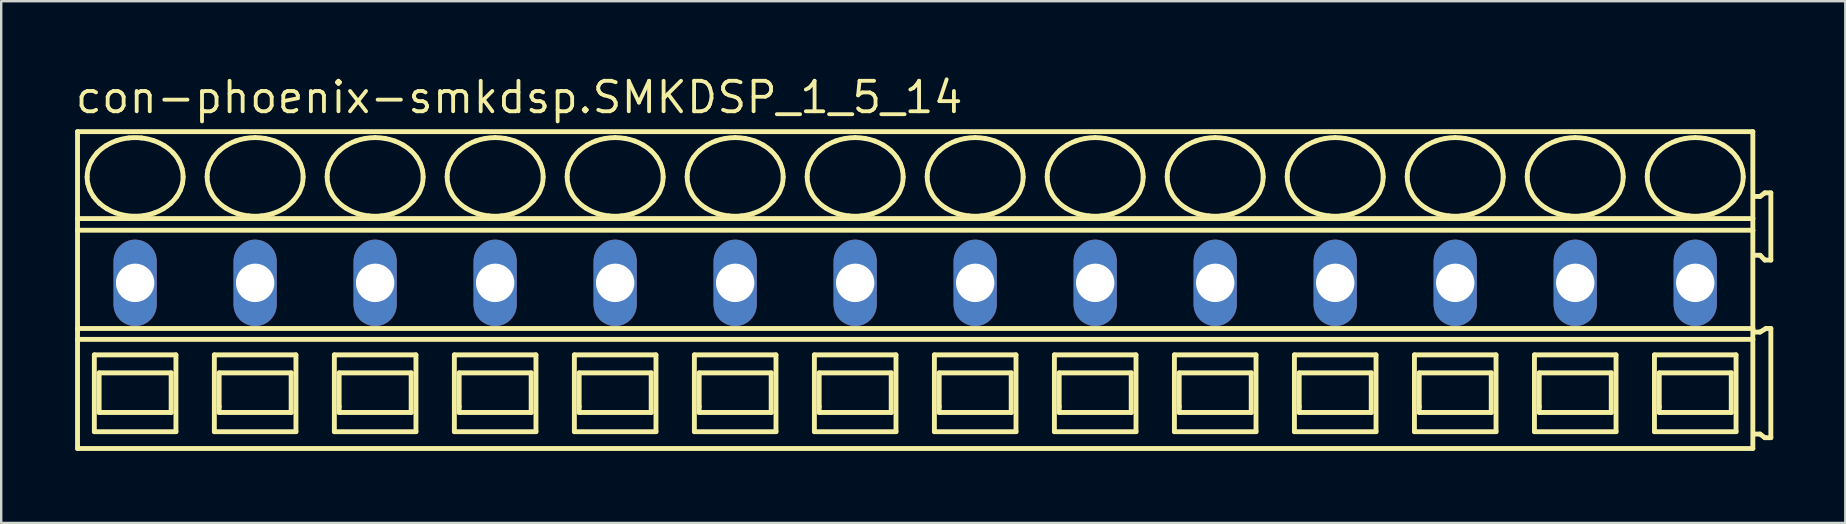
<source format=kicad_pcb>
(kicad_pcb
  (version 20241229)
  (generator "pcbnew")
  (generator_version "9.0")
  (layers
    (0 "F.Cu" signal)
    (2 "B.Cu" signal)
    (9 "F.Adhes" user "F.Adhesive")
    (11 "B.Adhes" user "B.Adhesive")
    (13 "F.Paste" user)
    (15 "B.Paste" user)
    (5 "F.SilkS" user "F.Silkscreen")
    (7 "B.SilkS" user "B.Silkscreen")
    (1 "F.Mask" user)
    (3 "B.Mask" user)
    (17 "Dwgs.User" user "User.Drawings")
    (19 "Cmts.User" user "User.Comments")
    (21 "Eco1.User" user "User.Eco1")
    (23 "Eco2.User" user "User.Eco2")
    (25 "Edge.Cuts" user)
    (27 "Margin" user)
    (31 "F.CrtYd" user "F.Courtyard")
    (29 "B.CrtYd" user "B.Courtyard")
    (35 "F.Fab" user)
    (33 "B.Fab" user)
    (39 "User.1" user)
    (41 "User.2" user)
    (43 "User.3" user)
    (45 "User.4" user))
  (footprint "con-phoenix-smkdsp.SMKDSP_1_5_14"
    (layer "F.Cu")
    (at 5.08 8.735)
    (property "Reference" "con-phoenix-smkdsp.SMKDSP_1_5_14" (at -5.08 -6.985 0) (layer "F.SilkS") (effects (font (size 1.27 1.27) (thickness 0.16)) (justify left bottom)))
    (attr through_hole)
    (fp_line (start -4.9 -6.3) (end -4.9 -2.679) (stroke (width 0.203) (type default)) (layer "F.SilkS"))
    (fp_line (start -4.9 -2.679) (end -4.9 -2.192) (stroke (width 0.203) (type default)) (layer "F.SilkS"))
    (fp_line (start -4.9 -2.192) (end -4.9 1.902) (stroke (width 0.203) (type default)) (layer "F.SilkS"))
    (fp_line (start -4.9 1.902) (end -4.9 2.354) (stroke (width 0.203) (type default)) (layer "F.SilkS"))
    (fp_line (start -4.9 2.354) (end -4.9 6.9) (stroke (width 0.203) (type default)) (layer "F.SilkS"))
    (fp_line (start -4.9 6.9) (end 64.9 6.9) (stroke (width 0.203) (type default)) (layer "F.SilkS"))
    (fp_line (start -4.2 3) (end -4.2 6.2) (stroke (width 0.203) (type default)) (layer "F.SilkS"))
    (fp_line (start -4.2 6.2) (end -0.8 6.2) (stroke (width 0.203) (type default)) (layer "F.SilkS"))
    (fp_line (start -4 3.75) (end -4 5.4) (stroke (width 0.203) (type default)) (layer "F.SilkS"))
    (fp_line (start -4 5.4) (end -1 5.4) (stroke (width 0.203) (type default)) (layer "F.SilkS"))
    (fp_line (start -1 3.75) (end -4 3.75) (stroke (width 0.203) (type default)) (layer "F.SilkS"))
    (fp_line (start -1 5.4) (end -1 3.75) (stroke (width 0.203) (type default)) (layer "F.SilkS"))
    (fp_line (start -0.8 3) (end -4.2 3) (stroke (width 0.203) (type default)) (layer "F.SilkS"))
    (fp_line (start -0.8 6.2) (end -0.8 3) (stroke (width 0.203) (type default)) (layer "F.SilkS"))
    (fp_line (start 0.8 3) (end 0.8 6.2) (stroke (width 0.203) (type default)) (layer "F.SilkS"))
    (fp_line (start 0.8 6.2) (end 4.2 6.2) (stroke (width 0.203) (type default)) (layer "F.SilkS"))
    (fp_line (start 1 3.75) (end 1 5.15) (stroke (width 0.203) (type default)) (layer "F.SilkS"))
    (fp_line (start 1 5.15) (end 1 5.4) (stroke (width 0.203) (type default)) (layer "F.SilkS"))
    (fp_line (start 1 5.4) (end 4 5.4) (stroke (width 0.203) (type default)) (layer "F.SilkS"))
    (fp_line (start 4 3.75) (end 1 3.75) (stroke (width 0.203) (type default)) (layer "F.SilkS"))
    (fp_line (start 4 5.4) (end 4 3.75) (stroke (width 0.203) (type default)) (layer "F.SilkS"))
    (fp_line (start 4.2 3) (end 0.8 3) (stroke (width 0.203) (type default)) (layer "F.SilkS"))
    (fp_line (start 4.2 6.2) (end 4.2 3) (stroke (width 0.203) (type default)) (layer "F.SilkS"))
    (fp_line (start 5.8 3) (end 5.8 6.2) (stroke (width 0.203) (type default)) (layer "F.SilkS"))
    (fp_line (start 5.8 6.2) (end 9.2 6.2) (stroke (width 0.203) (type default)) (layer "F.SilkS"))
    (fp_line (start 6 3.75) (end 6 5.15) (stroke (width 0.203) (type default)) (layer "F.SilkS"))
    (fp_line (start 6 5.15) (end 6 5.4) (stroke (width 0.203) (type default)) (layer "F.SilkS"))
    (fp_line (start 6 5.4) (end 9 5.4) (stroke (width 0.203) (type default)) (layer "F.SilkS"))
    (fp_line (start 9 3.75) (end 6 3.75) (stroke (width 0.203) (type default)) (layer "F.SilkS"))
    (fp_line (start 9 5.4) (end 9 3.75) (stroke (width 0.203) (type default)) (layer "F.SilkS"))
    (fp_line (start 9.2 3) (end 5.8 3) (stroke (width 0.203) (type default)) (layer "F.SilkS"))
    (fp_line (start 9.2 6.2) (end 9.2 3) (stroke (width 0.203) (type default)) (layer "F.SilkS"))
    (fp_line (start 10.8 3) (end 10.8 6.2) (stroke (width 0.203) (type default)) (layer "F.SilkS"))
    (fp_line (start 10.8 6.2) (end 14.2 6.2) (stroke (width 0.203) (type default)) (layer "F.SilkS"))
    (fp_line (start 11 3.75) (end 11 5.15) (stroke (width 0.203) (type default)) (layer "F.SilkS"))
    (fp_line (start 11 5.15) (end 11 5.4) (stroke (width 0.203) (type default)) (layer "F.SilkS"))
    (fp_line (start 11 5.4) (end 14 5.4) (stroke (width 0.203) (type default)) (layer "F.SilkS"))
    (fp_line (start 14 3.75) (end 11 3.75) (stroke (width 0.203) (type default)) (layer "F.SilkS"))
    (fp_line (start 14 5.4) (end 14 3.75) (stroke (width 0.203) (type default)) (layer "F.SilkS"))
    (fp_line (start 14.2 3) (end 10.8 3) (stroke (width 0.203) (type default)) (layer "F.SilkS"))
    (fp_line (start 14.2 6.2) (end 14.2 3) (stroke (width 0.203) (type default)) (layer "F.SilkS"))
    (fp_line (start 15.8 3) (end 15.8 6.2) (stroke (width 0.203) (type default)) (layer "F.SilkS"))
    (fp_line (start 15.8 6.2) (end 19.2 6.2) (stroke (width 0.203) (type default)) (layer "F.SilkS"))
    (fp_line (start 16 3.75) (end 16 5.15) (stroke (width 0.203) (type default)) (layer "F.SilkS"))
    (fp_line (start 16 5.15) (end 16 5.4) (stroke (width 0.203) (type default)) (layer "F.SilkS"))
    (fp_line (start 16 5.4) (end 19 5.4) (stroke (width 0.203) (type default)) (layer "F.SilkS"))
    (fp_line (start 19 3.75) (end 16 3.75) (stroke (width 0.203) (type default)) (layer "F.SilkS"))
    (fp_line (start 19 5.4) (end 19 3.75) (stroke (width 0.203) (type default)) (layer "F.SilkS"))
    (fp_line (start 19.2 3) (end 15.8 3) (stroke (width 0.203) (type default)) (layer "F.SilkS"))
    (fp_line (start 19.2 6.2) (end 19.2 3) (stroke (width 0.203) (type default)) (layer "F.SilkS"))
    (fp_line (start 20.8 3) (end 20.8 6.2) (stroke (width 0.203) (type default)) (layer "F.SilkS"))
    (fp_line (start 20.8 6.2) (end 24.2 6.2) (stroke (width 0.203) (type default)) (layer "F.SilkS"))
    (fp_line (start 21 3.75) (end 21 5.15) (stroke (width 0.203) (type default)) (layer "F.SilkS"))
    (fp_line (start 21 5.15) (end 21 5.4) (stroke (width 0.203) (type default)) (layer "F.SilkS"))
    (fp_line (start 21 5.4) (end 24 5.4) (stroke (width 0.203) (type default)) (layer "F.SilkS"))
    (fp_line (start 24 3.75) (end 21 3.75) (stroke (width 0.203) (type default)) (layer "F.SilkS"))
    (fp_line (start 24 5.4) (end 24 3.75) (stroke (width 0.203) (type default)) (layer "F.SilkS"))
    (fp_line (start 24.2 3) (end 20.8 3) (stroke (width 0.203) (type default)) (layer "F.SilkS"))
    (fp_line (start 24.2 6.2) (end 24.2 3) (stroke (width 0.203) (type default)) (layer "F.SilkS"))
    (fp_line (start 25.8 3) (end 25.8 6.2) (stroke (width 0.203) (type default)) (layer "F.SilkS"))
    (fp_line (start 25.8 6.2) (end 29.2 6.2) (stroke (width 0.203) (type default)) (layer "F.SilkS"))
    (fp_line (start 26 3.75) (end 26 5.15) (stroke (width 0.203) (type default)) (layer "F.SilkS"))
    (fp_line (start 26 5.15) (end 26 5.4) (stroke (width 0.203) (type default)) (layer "F.SilkS"))
    (fp_line (start 26 5.4) (end 29 5.4) (stroke (width 0.203) (type default)) (layer "F.SilkS"))
    (fp_line (start 29 3.75) (end 26 3.75) (stroke (width 0.203) (type default)) (layer "F.SilkS"))
    (fp_line (start 29 5.4) (end 29 3.75) (stroke (width 0.203) (type default)) (layer "F.SilkS"))
    (fp_line (start 29.2 3) (end 25.8 3) (stroke (width 0.203) (type default)) (layer "F.SilkS"))
    (fp_line (start 29.2 6.2) (end 29.2 3) (stroke (width 0.203) (type default)) (layer "F.SilkS"))
    (fp_line (start 30.8 3) (end 30.8 6.2) (stroke (width 0.203) (type default)) (layer "F.SilkS"))
    (fp_line (start 30.8 6.2) (end 34.2 6.2) (stroke (width 0.203) (type default)) (layer "F.SilkS"))
    (fp_line (start 31 3.75) (end 31 5.15) (stroke (width 0.203) (type default)) (layer "F.SilkS"))
    (fp_line (start 31 5.15) (end 31 5.4) (stroke (width 0.203) (type default)) (layer "F.SilkS"))
    (fp_line (start 31 5.4) (end 34 5.4) (stroke (width 0.203) (type default)) (layer "F.SilkS"))
    (fp_line (start 34 3.75) (end 31 3.75) (stroke (width 0.203) (type default)) (layer "F.SilkS"))
    (fp_line (start 34 5.4) (end 34 3.75) (stroke (width 0.203) (type default)) (layer "F.SilkS"))
    (fp_line (start 34.2 3) (end 30.8 3) (stroke (width 0.203) (type default)) (layer "F.SilkS"))
    (fp_line (start 34.2 6.2) (end 34.2 3) (stroke (width 0.203) (type default)) (layer "F.SilkS"))
    (fp_line (start 35.8 3) (end 35.8 6.2) (stroke (width 0.203) (type default)) (layer "F.SilkS"))
    (fp_line (start 35.8 6.2) (end 39.2 6.2) (stroke (width 0.203) (type default)) (layer "F.SilkS"))
    (fp_line (start 36 3.75) (end 36 5.15) (stroke (width 0.203) (type default)) (layer "F.SilkS"))
    (fp_line (start 36 5.15) (end 36 5.4) (stroke (width 0.203) (type default)) (layer "F.SilkS"))
    (fp_line (start 36 5.4) (end 39 5.4) (stroke (width 0.203) (type default)) (layer "F.SilkS"))
    (fp_line (start 39 3.75) (end 36 3.75) (stroke (width 0.203) (type default)) (layer "F.SilkS"))
    (fp_line (start 39 5.4) (end 39 3.75) (stroke (width 0.203) (type default)) (layer "F.SilkS"))
    (fp_line (start 39.2 3) (end 35.8 3) (stroke (width 0.203) (type default)) (layer "F.SilkS"))
    (fp_line (start 39.2 6.2) (end 39.2 3) (stroke (width 0.203) (type default)) (layer "F.SilkS"))
    (fp_line (start 40.8 3) (end 40.8 6.2) (stroke (width 0.203) (type default)) (layer "F.SilkS"))
    (fp_line (start 40.8 6.2) (end 44.2 6.2) (stroke (width 0.203) (type default)) (layer "F.SilkS"))
    (fp_line (start 41 3.75) (end 41 5.15) (stroke (width 0.203) (type default)) (layer "F.SilkS"))
    (fp_line (start 41 5.15) (end 41 5.4) (stroke (width 0.203) (type default)) (layer "F.SilkS"))
    (fp_line (start 41 5.4) (end 44 5.4) (stroke (width 0.203) (type default)) (layer "F.SilkS"))
    (fp_line (start 44 3.75) (end 41 3.75) (stroke (width 0.203) (type default)) (layer "F.SilkS"))
    (fp_line (start 44 5.4) (end 44 3.75) (stroke (width 0.203) (type default)) (layer "F.SilkS"))
    (fp_line (start 44.2 3) (end 40.8 3) (stroke (width 0.203) (type default)) (layer "F.SilkS"))
    (fp_line (start 44.2 6.2) (end 44.2 3) (stroke (width 0.203) (type default)) (layer "F.SilkS"))
    (fp_line (start 45.8 3) (end 45.8 6.2) (stroke (width 0.203) (type default)) (layer "F.SilkS"))
    (fp_line (start 45.8 6.2) (end 49.2 6.2) (stroke (width 0.203) (type default)) (layer "F.SilkS"))
    (fp_line (start 46 3.75) (end 46 5.15) (stroke (width 0.203) (type default)) (layer "F.SilkS"))
    (fp_line (start 46 5.15) (end 46 5.4) (stroke (width 0.203) (type default)) (layer "F.SilkS"))
    (fp_line (start 46 5.4) (end 49 5.4) (stroke (width 0.203) (type default)) (layer "F.SilkS"))
    (fp_line (start 49 3.75) (end 46 3.75) (stroke (width 0.203) (type default)) (layer "F.SilkS"))
    (fp_line (start 49 5.4) (end 49 3.75) (stroke (width 0.203) (type default)) (layer "F.SilkS"))
    (fp_line (start 49.2 3) (end 45.8 3) (stroke (width 0.203) (type default)) (layer "F.SilkS"))
    (fp_line (start 49.2 6.2) (end 49.2 3) (stroke (width 0.203) (type default)) (layer "F.SilkS"))
    (fp_line (start 50.8 3) (end 50.8 6.2) (stroke (width 0.203) (type default)) (layer "F.SilkS"))
    (fp_line (start 50.8 6.2) (end 54.2 6.2) (stroke (width 0.203) (type default)) (layer "F.SilkS"))
    (fp_line (start 51 3.75) (end 51 5.15) (stroke (width 0.203) (type default)) (layer "F.SilkS"))
    (fp_line (start 51 5.15) (end 51 5.4) (stroke (width 0.203) (type default)) (layer "F.SilkS"))
    (fp_line (start 51 5.4) (end 54 5.4) (stroke (width 0.203) (type default)) (layer "F.SilkS"))
    (fp_line (start 54 3.75) (end 51 3.75) (stroke (width 0.203) (type default)) (layer "F.SilkS"))
    (fp_line (start 54 5.4) (end 54 3.75) (stroke (width 0.203) (type default)) (layer "F.SilkS"))
    (fp_line (start 54.2 3) (end 50.8 3) (stroke (width 0.203) (type default)) (layer "F.SilkS"))
    (fp_line (start 54.2 6.2) (end 54.2 3) (stroke (width 0.203) (type default)) (layer "F.SilkS"))
    (fp_line (start 55.8 3) (end 55.8 6.2) (stroke (width 0.203) (type default)) (layer "F.SilkS"))
    (fp_line (start 55.8 6.2) (end 59.2 6.2) (stroke (width 0.203) (type default)) (layer "F.SilkS"))
    (fp_line (start 56 3.75) (end 56 5.15) (stroke (width 0.203) (type default)) (layer "F.SilkS"))
    (fp_line (start 56 5.15) (end 56 5.4) (stroke (width 0.203) (type default)) (layer "F.SilkS"))
    (fp_line (start 56 5.4) (end 59 5.4) (stroke (width 0.203) (type default)) (layer "F.SilkS"))
    (fp_line (start 59 3.75) (end 56 3.75) (stroke (width 0.203) (type default)) (layer "F.SilkS"))
    (fp_line (start 59 5.4) (end 59 3.75) (stroke (width 0.203) (type default)) (layer "F.SilkS"))
    (fp_line (start 59.2 3) (end 55.8 3) (stroke (width 0.203) (type default)) (layer "F.SilkS"))
    (fp_line (start 59.2 6.2) (end 59.2 3) (stroke (width 0.203) (type default)) (layer "F.SilkS"))
    (fp_line (start 60.8 3) (end 60.8 6.2) (stroke (width 0.203) (type default)) (layer "F.SilkS"))
    (fp_line (start 60.8 6.2) (end 64.2 6.2) (stroke (width 0.203) (type default)) (layer "F.SilkS"))
    (fp_line (start 61 3.75) (end 61 5.15) (stroke (width 0.203) (type default)) (layer "F.SilkS"))
    (fp_line (start 61 5.15) (end 61 5.4) (stroke (width 0.203) (type default)) (layer "F.SilkS"))
    (fp_line (start 61 5.4) (end 64 5.4) (stroke (width 0.203) (type default)) (layer "F.SilkS"))
    (fp_line (start 64 3.75) (end 61 3.75) (stroke (width 0.203) (type default)) (layer "F.SilkS"))
    (fp_line (start 64 5.4) (end 64 3.75) (stroke (width 0.203) (type default)) (layer "F.SilkS"))
    (fp_line (start 64.2 3) (end 60.8 3) (stroke (width 0.203) (type default)) (layer "F.SilkS"))
    (fp_line (start 64.2 6.2) (end 64.2 3) (stroke (width 0.203) (type default)) (layer "F.SilkS"))
    (fp_line (start 64.9 -6.3) (end -4.9 -6.3) (stroke (width 0.203) (type default)) (layer "F.SilkS"))
    (fp_line (start 64.9 -2.679) (end -4.9 -2.679) (stroke (width 0.203) (type default)) (layer "F.SilkS"))
    (fp_line (start 64.9 -2.679) (end 64.9 -6.3) (stroke (width 0.203) (type default)) (layer "F.SilkS"))
    (fp_line (start 64.9 -2.192) (end -4.9 -2.192) (stroke (width 0.203) (type default)) (layer "F.SilkS"))
    (fp_line (start 64.9 -2.192) (end 64.9 -2.679) (stroke (width 0.203) (type default)) (layer "F.SilkS"))
    (fp_line (start 64.9 1.902) (end -4.9 1.902) (stroke (width 0.203) (type default)) (layer "F.SilkS"))
    (fp_line (start 64.9 1.902) (end 64.9 -2.192) (stroke (width 0.203) (type default)) (layer "F.SilkS"))
    (fp_line (start 64.9 2.354) (end -4.9 2.354) (stroke (width 0.203) (type default)) (layer "F.SilkS"))
    (fp_line (start 64.9 2.354) (end 64.9 1.902) (stroke (width 0.203) (type default)) (layer "F.SilkS"))
    (fp_line (start 64.9 6.9) (end 64.9 2.354) (stroke (width 0.203) (type default)) (layer "F.SilkS"))
    (fp_line (start 65 -1.15) (end 65.2 -1.15) (stroke (width 0.203) (type default)) (layer "F.SilkS"))
    (fp_line (start 65 6.3) (end 65.2 6.3) (stroke (width 0.203) (type default)) (layer "F.SilkS"))
    (fp_line (start 65.2 -3.6) (end 65 -3.6) (stroke (width 0.203) (type default)) (layer "F.SilkS"))
    (fp_line (start 65.2 -1.15) (end 65.4 -0.95) (stroke (width 0.203) (type default)) (layer "F.SilkS"))
    (fp_line (start 65.2 2.05) (end 65 2.05) (stroke (width 0.203) (type default)) (layer "F.SilkS"))
    (fp_line (start 65.2 6.3) (end 65.4 6.45) (stroke (width 0.203) (type default)) (layer "F.SilkS"))
    (fp_line (start 65.4 -3.75) (end 65.2 -3.6) (stroke (width 0.203) (type default)) (layer "F.SilkS"))
    (fp_line (start 65.4 -0.95) (end 65.65 -0.95) (stroke (width 0.203) (type default)) (layer "F.SilkS"))
    (fp_line (start 65.4 6.45) (end 65.65 6.45) (stroke (width 0.203) (type default)) (layer "F.SilkS"))
    (fp_line (start 65.45 1.9) (end 65.2 2.05) (stroke (width 0.203) (type default)) (layer "F.SilkS"))
    (fp_line (start 65.65 -3.75) (end 65.4 -3.75) (stroke (width 0.203) (type default)) (layer "F.SilkS"))
    (fp_line (start 65.65 -0.95) (end 65.65 -3.75) (stroke (width 0.203) (type default)) (layer "F.SilkS"))
    (fp_line (start 65.65 1.9) (end 65.45 1.9) (stroke (width 0.203) (type default)) (layer "F.SilkS"))
    (fp_line (start 65.65 6.45) (end 65.65 1.9) (stroke (width 0.203) (type default)) (layer "F.SilkS"))
    (fp_arc (start -4.5 -4.4136) (mid -4.488905 -4.585389) (end -4.4562 -4.7544) (stroke (width 0.2032) (type default)) (layer "F.SilkS"))
    (fp_arc (start -4.4695 -4.1287) (mid -4.492309 -4.270341) (end -4.5 -4.4136) (stroke (width 0.2032) (type default)) (layer "F.SilkS"))
    (fp_arc (start -4.4562 -4.7544) (mid -4.401558 -4.920839) (end -4.3273 -5.0795) (stroke (width 0.2032) (type default)) (layer "F.SilkS"))
    (fp_arc (start -4.3795 -3.8536) (mid -4.431599 -3.988827) (end -4.4695 -4.1287) (stroke (width 0.2032) (type default)) (layer "F.SilkS"))
    (fp_arc (start -4.3274 -5.0795) (mid -4.216217 -5.252167) (end -4.0864 -5.4113) (stroke (width 0.2032) (type default)) (layer "F.SilkS"))
    (fp_arc (start -4.232 -3.5945) (mid -4.312155 -3.720404) (end -4.3795 -3.8536) (stroke (width 0.2032) (type default)) (layer "F.SilkS"))
    (fp_arc (start -4.0864 -5.4113) (mid -3.911717 -5.573771) (end -3.718 -5.713) (stroke (width 0.2032) (type default)) (layer "F.SilkS"))
    (fp_arc (start -3.9861 -3.3171) (mid -4.116737 -3.448975) (end -4.2321 -3.5944) (stroke (width 0.2032) (type default)) (layer "F.SilkS"))
    (fp_arc (start -3.718 -5.713) (mid -3.497651 -5.83326) (end -3.2649 -5.9273) (stroke (width 0.2032) (type default)) (layer "F.SilkS"))
    (fp_arc (start -3.676 -3.0884) (mid -3.836846 -3.19489) (end -3.9861 -3.3171) (stroke (width 0.2032) (type default)) (layer "F.SilkS"))
    (fp_arc (start -3.313 -2.9167) (mid -3.498551 -2.993985) (end -3.676 -3.0884) (stroke (width 0.2032) (type default)) (layer "F.SilkS"))
    (fp_arc (start -3.2649 -5.9273) (mid -3.016253 -5.996227) (end -2.7616 -6.0378) (stroke (width 0.2032) (type default)) (layer "F.SilkS"))
    (fp_arc (start -2.9161 -2.8111) (mid -3.116893 -2.855096) (end -3.313 -2.9167) (stroke (width 0.2032) (type default)) (layer "F.SilkS"))
    (fp_arc (start -2.7616 -6.0378) (mid -2.5 -6.051841) (end -2.2384 -6.0378) (stroke (width 0.2032) (type default)) (layer "F.SilkS"))
    (fp_arc (start -2.5 -2.7752) (mid -2.708826 -2.784159) (end -2.9161 -2.8111) (stroke (width 0.2032) (type default)) (layer "F.SilkS"))
    (fp_arc (start -2.2384 -6.0378) (mid -1.983714 -5.996378) (end -1.7351 -5.9273) (stroke (width 0.2032) (type default)) (layer "F.SilkS"))
    (fp_arc (start -2.0839 -2.8111) (mid -2.291182 -2.784277) (end -2.5 -2.7753) (stroke (width 0.2032) (type default)) (layer "F.SilkS"))
    (fp_arc (start -1.7351 -5.9273) (mid -1.502222 -5.83353) (end -1.282 -5.713) (stroke (width 0.2032) (type default)) (layer "F.SilkS"))
    (fp_arc (start -1.687 -2.9167) (mid -1.883128 -2.855175) (end -2.0839 -2.8111) (stroke (width 0.2032) (type default)) (layer "F.SilkS"))
    (fp_arc (start -1.324 -3.0884) (mid -1.501514 -2.994123) (end -1.687 -2.9167) (stroke (width 0.2032) (type default)) (layer "F.SilkS"))
    (fp_arc (start -1.282 -5.713) (mid -1.088036 -5.574073) (end -0.9136 -5.4113) (stroke (width 0.2032) (type default)) (layer "F.SilkS"))
    (fp_arc (start -1.0139 -3.3171) (mid -1.163276 -3.195057) (end -1.324 -3.0884) (stroke (width 0.2032) (type default)) (layer "F.SilkS"))
    (fp_arc (start -0.9137 -5.4112) (mid -0.781313 -5.253987) (end -0.6727 -5.0795) (stroke (width 0.2032) (type default)) (layer "F.SilkS"))
    (fp_arc (start -0.7679 -3.5944) (mid -0.88339 -3.449088) (end -1.0139 -3.3171) (stroke (width 0.2032) (type default)) (layer "F.SilkS"))
    (fp_arc (start -0.6727 -5.0795) (mid -0.598286 -4.920901) (end -0.5438 -4.7544) (stroke (width 0.2032) (type default)) (layer "F.SilkS"))
    (fp_arc (start -0.6204 -3.8536) (mid -0.687861 -3.720421) (end -0.7679 -3.5944) (stroke (width 0.2032) (type default)) (layer "F.SilkS"))
    (fp_arc (start -0.5438 -4.7544) (mid -0.511083 -4.58539) (end -0.5 -4.4136) (stroke (width 0.2032) (type default)) (layer "F.SilkS"))
    (fp_arc (start -0.5305 -4.1287) (mid -0.568473 -3.988851) (end -0.6205 -3.8536) (stroke (width 0.2032) (type default)) (layer "F.SilkS"))
    (fp_arc (start -0.5001 -4.4136) (mid -0.50774 -4.270343) (end -0.5305 -4.1287) (stroke (width 0.2032) (type default)) (layer "F.SilkS"))
    (fp_arc (start 0.5 -4.4136) (mid 0.507693 -4.556809) (end 0.5305 -4.6984) (stroke (width 0.2032) (type default)) (layer "F.SilkS"))
    (fp_arc (start 0.5305 -4.6984) (mid 0.568467 -4.8383) (end 0.6205 -4.9736) (stroke (width 0.2032) (type default)) (layer "F.SilkS"))
    (fp_arc (start 0.5438 -4.0727) (mid 0.511073 -4.241759) (end 0.5 -4.4136) (stroke (width 0.2032) (type default)) (layer "F.SilkS"))
    (fp_arc (start 0.6204 -4.9736) (mid 0.687866 -5.106728) (end 0.7679 -5.2327) (stroke (width 0.2032) (type default)) (layer "F.SilkS"))
    (fp_arc (start 0.6727 -3.7476) (mid 0.598288 -3.9062) (end 0.5438 -4.0727) (stroke (width 0.2032) (type default)) (layer "F.SilkS"))
    (fp_arc (start 0.7679 -5.2327) (mid 0.883386 -5.378016) (end 1.0139 -5.51) (stroke (width 0.2032) (type default)) (layer "F.SilkS"))
    (fp_arc (start 0.9136 -3.4159) (mid 0.781267 -3.57312) (end 0.6727 -3.7476) (stroke (width 0.2032) (type default)) (layer "F.SilkS"))
    (fp_arc (start 1.0139 -5.51) (mid 1.163277 -5.632042) (end 1.324 -5.7387) (stroke (width 0.2032) (type default)) (layer "F.SilkS"))
    (fp_arc (start 1.282 -3.1141) (mid 1.088032 -3.253077) (end 0.9136 -3.4159) (stroke (width 0.2032) (type default)) (layer "F.SilkS"))
    (fp_arc (start 1.324 -5.7387) (mid 1.501514 -5.832977) (end 1.687 -5.9104) (stroke (width 0.2032) (type default)) (layer "F.SilkS"))
    (fp_arc (start 1.687 -5.9104) (mid 1.883128 -5.971925) (end 2.0839 -6.016) (stroke (width 0.2032) (type default)) (layer "F.SilkS"))
    (fp_arc (start 1.7351 -2.8998) (mid 1.502222 -2.993571) (end 1.282 -3.1141) (stroke (width 0.2032) (type default)) (layer "F.SilkS"))
    (fp_arc (start 2.0839 -6.0161) (mid 2.291183 -6.042919) (end 2.5 -6.0519) (stroke (width 0.2032) (type default)) (layer "F.SilkS"))
    (fp_arc (start 2.2384 -2.7893) (mid 1.983714 -2.830721) (end 1.7351 -2.8998) (stroke (width 0.2032) (type default)) (layer "F.SilkS"))
    (fp_arc (start 2.5 -6.0519) (mid 2.708826 -6.042941) (end 2.9161 -6.016) (stroke (width 0.2032) (type default)) (layer "F.SilkS"))
    (fp_arc (start 2.7616 -2.7893) (mid 2.5 -2.775259) (end 2.2384 -2.7893) (stroke (width 0.2032) (type default)) (layer "F.SilkS"))
    (fp_arc (start 2.9161 -6.016) (mid 3.116893 -5.972004) (end 3.313 -5.9104) (stroke (width 0.2032) (type default)) (layer "F.SilkS"))
    (fp_arc (start 3.2649 -2.8998) (mid 3.016253 -2.830873) (end 2.7616 -2.7893) (stroke (width 0.2032) (type default)) (layer "F.SilkS"))
    (fp_arc (start 3.313 -5.9104) (mid 3.498552 -5.833116) (end 3.676 -5.7387) (stroke (width 0.2032) (type default)) (layer "F.SilkS"))
    (fp_arc (start 3.676 -5.7387) (mid 3.836846 -5.632209) (end 3.9861 -5.51) (stroke (width 0.2032) (type default)) (layer "F.SilkS"))
    (fp_arc (start 3.718 -3.1141) (mid 3.497651 -2.993839) (end 3.2649 -2.8998) (stroke (width 0.2032) (type default)) (layer "F.SilkS"))
    (fp_arc (start 3.9861 -5.51) (mid 4.116738 -5.378126) (end 4.2321 -5.2327) (stroke (width 0.2032) (type default)) (layer "F.SilkS"))
    (fp_arc (start 4.0864 -3.4159) (mid 3.911721 -3.253378) (end 3.718 -3.1141) (stroke (width 0.2032) (type default)) (layer "F.SilkS"))
    (fp_arc (start 4.2321 -5.2327) (mid 4.312204 -5.106793) (end 4.3795 -4.9736) (stroke (width 0.2032) (type default)) (layer "F.SilkS"))
    (fp_arc (start 4.3273 -3.7476) (mid 4.216161 -3.574988) (end 4.0864 -3.4159) (stroke (width 0.2032) (type default)) (layer "F.SilkS"))
    (fp_arc (start 4.3795 -4.9736) (mid 4.431605 -4.838324) (end 4.4695 -4.6984) (stroke (width 0.2032) (type default)) (layer "F.SilkS"))
    (fp_arc (start 4.4562 -4.0727) (mid 4.401557 -3.906262) (end 4.3273 -3.7476) (stroke (width 0.2032) (type default)) (layer "F.SilkS"))
    (fp_arc (start 4.4695 -4.6984) (mid 4.4923 -4.556809) (end 4.5 -4.4136) (stroke (width 0.2032) (type default)) (layer "F.SilkS"))
    (fp_arc (start 4.5 -4.4136) (mid 4.488914 -4.241761) (end 4.4562 -4.0727) (stroke (width 0.2032) (type default)) (layer "F.SilkS"))
    (fp_arc (start 5.5 -4.4136) (mid 5.507693 -4.556809) (end 5.5305 -4.6984) (stroke (width 0.2032) (type default)) (layer "F.SilkS"))
    (fp_arc (start 5.5305 -4.6984) (mid 5.568467 -4.8383) (end 5.6205 -4.9736) (stroke (width 0.2032) (type default)) (layer "F.SilkS"))
    (fp_arc (start 5.5438 -4.0727) (mid 5.511073 -4.241759) (end 5.5 -4.4136) (stroke (width 0.2032) (type default)) (layer "F.SilkS"))
    (fp_arc (start 5.6204 -4.9736) (mid 5.687866 -5.106728) (end 5.7679 -5.2327) (stroke (width 0.2032) (type default)) (layer "F.SilkS"))
    (fp_arc (start 5.6727 -3.7476) (mid 5.598288 -3.9062) (end 5.5438 -4.0727) (stroke (width 0.2032) (type default)) (layer "F.SilkS"))
    (fp_arc (start 5.7679 -5.2327) (mid 5.883386 -5.378016) (end 6.0139 -5.51) (stroke (width 0.2032) (type default)) (layer "F.SilkS"))
    (fp_arc (start 5.9136 -3.4159) (mid 5.781267 -3.57312) (end 5.6727 -3.7476) (stroke (width 0.2032) (type default)) (layer "F.SilkS"))
    (fp_arc (start 6.0139 -5.51) (mid 6.163277 -5.632042) (end 6.324 -5.7387) (stroke (width 0.2032) (type default)) (layer "F.SilkS"))
    (fp_arc (start 6.282 -3.1141) (mid 6.088032 -3.253077) (end 5.9136 -3.4159) (stroke (width 0.2032) (type default)) (layer "F.SilkS"))
    (fp_arc (start 6.324 -5.7387) (mid 6.501514 -5.832977) (end 6.687 -5.9104) (stroke (width 0.2032) (type default)) (layer "F.SilkS"))
    (fp_arc (start 6.687 -5.9104) (mid 6.883128 -5.971925) (end 7.0839 -6.016) (stroke (width 0.2032) (type default)) (layer "F.SilkS"))
    (fp_arc (start 6.7351 -2.8998) (mid 6.502222 -2.993571) (end 6.282 -3.1141) (stroke (width 0.2032) (type default)) (layer "F.SilkS"))
    (fp_arc (start 7.0839 -6.0161) (mid 7.291183 -6.042919) (end 7.5 -6.0519) (stroke (width 0.2032) (type default)) (layer "F.SilkS"))
    (fp_arc (start 7.2384 -2.7893) (mid 6.983714 -2.830721) (end 6.7351 -2.8998) (stroke (width 0.2032) (type default)) (layer "F.SilkS"))
    (fp_arc (start 7.5 -6.0519) (mid 7.708826 -6.042941) (end 7.9161 -6.016) (stroke (width 0.2032) (type default)) (layer "F.SilkS"))
    (fp_arc (start 7.7616 -2.7893) (mid 7.5 -2.775259) (end 7.2384 -2.7893) (stroke (width 0.2032) (type default)) (layer "F.SilkS"))
    (fp_arc (start 7.9161 -6.016) (mid 8.116893 -5.972004) (end 8.313 -5.9104) (stroke (width 0.2032) (type default)) (layer "F.SilkS"))
    (fp_arc (start 8.2649 -2.8998) (mid 8.016253 -2.830873) (end 7.7616 -2.7893) (stroke (width 0.2032) (type default)) (layer "F.SilkS"))
    (fp_arc (start 8.313 -5.9104) (mid 8.498552 -5.833116) (end 8.676 -5.7387) (stroke (width 0.2032) (type default)) (layer "F.SilkS"))
    (fp_arc (start 8.676 -5.7387) (mid 8.836846 -5.632209) (end 8.9861 -5.51) (stroke (width 0.2032) (type default)) (layer "F.SilkS"))
    (fp_arc (start 8.718 -3.1141) (mid 8.497651 -2.993839) (end 8.2649 -2.8998) (stroke (width 0.2032) (type default)) (layer "F.SilkS"))
    (fp_arc (start 8.9861 -5.51) (mid 9.116738 -5.378126) (end 9.2321 -5.2327) (stroke (width 0.2032) (type default)) (layer "F.SilkS"))
    (fp_arc (start 9.0864 -3.4159) (mid 8.911721 -3.253378) (end 8.718 -3.1141) (stroke (width 0.2032) (type default)) (layer "F.SilkS"))
    (fp_arc (start 9.2321 -5.2327) (mid 9.312204 -5.106793) (end 9.3795 -4.9736) (stroke (width 0.2032) (type default)) (layer "F.SilkS"))
    (fp_arc (start 9.3273 -3.7476) (mid 9.216161 -3.574988) (end 9.0864 -3.4159) (stroke (width 0.2032) (type default)) (layer "F.SilkS"))
    (fp_arc (start 9.3795 -4.9736) (mid 9.431605 -4.838324) (end 9.4695 -4.6984) (stroke (width 0.2032) (type default)) (layer "F.SilkS"))
    (fp_arc (start 9.4562 -4.0727) (mid 9.401557 -3.906262) (end 9.3273 -3.7476) (stroke (width 0.2032) (type default)) (layer "F.SilkS"))
    (fp_arc (start 9.4695 -4.6984) (mid 9.4923 -4.556809) (end 9.5 -4.4136) (stroke (width 0.2032) (type default)) (layer "F.SilkS"))
    (fp_arc (start 9.5 -4.4136) (mid 9.488914 -4.241761) (end 9.4562 -4.0727) (stroke (width 0.2032) (type default)) (layer "F.SilkS"))
    (fp_arc (start 10.5 -4.4136) (mid 10.507693 -4.556809) (end 10.5305 -4.6984) (stroke (width 0.2032) (type default)) (layer "F.SilkS"))
    (fp_arc (start 10.5305 -4.6984) (mid 10.568467 -4.8383) (end 10.6205 -4.9736) (stroke (width 0.2032) (type default)) (layer "F.SilkS"))
    (fp_arc (start 10.5438 -4.0727) (mid 10.511073 -4.241759) (end 10.5 -4.4136) (stroke (width 0.2032) (type default)) (layer "F.SilkS"))
    (fp_arc (start 10.6204 -4.9736) (mid 10.687866 -5.106728) (end 10.7679 -5.2327) (stroke (width 0.2032) (type default)) (layer "F.SilkS"))
    (fp_arc (start 10.6727 -3.7476) (mid 10.598288 -3.9062) (end 10.5438 -4.0727) (stroke (width 0.2032) (type default)) (layer "F.SilkS"))
    (fp_arc (start 10.7679 -5.2327) (mid 10.883386 -5.378016) (end 11.0139 -5.51) (stroke (width 0.2032) (type default)) (layer "F.SilkS"))
    (fp_arc (start 10.9136 -3.4159) (mid 10.781267 -3.57312) (end 10.6727 -3.7476) (stroke (width 0.2032) (type default)) (layer "F.SilkS"))
    (fp_arc (start 11.0139 -5.51) (mid 11.163277 -5.632042) (end 11.324 -5.7387) (stroke (width 0.2032) (type default)) (layer "F.SilkS"))
    (fp_arc (start 11.282 -3.1141) (mid 11.088032 -3.253077) (end 10.9136 -3.4159) (stroke (width 0.2032) (type default)) (layer "F.SilkS"))
    (fp_arc (start 11.324 -5.7387) (mid 11.501514 -5.832977) (end 11.687 -5.9104) (stroke (width 0.2032) (type default)) (layer "F.SilkS"))
    (fp_arc (start 11.687 -5.9104) (mid 11.883128 -5.971925) (end 12.0839 -6.016) (stroke (width 0.2032) (type default)) (layer "F.SilkS"))
    (fp_arc (start 11.7351 -2.8998) (mid 11.502222 -2.993571) (end 11.282 -3.1141) (stroke (width 0.2032) (type default)) (layer "F.SilkS"))
    (fp_arc (start 12.0839 -6.0161) (mid 12.291183 -6.042919) (end 12.5 -6.0519) (stroke (width 0.2032) (type default)) (layer "F.SilkS"))
    (fp_arc (start 12.2384 -2.7893) (mid 11.983714 -2.830721) (end 11.7351 -2.8998) (stroke (width 0.2032) (type default)) (layer "F.SilkS"))
    (fp_arc (start 12.5 -6.0519) (mid 12.708826 -6.042941) (end 12.9161 -6.016) (stroke (width 0.2032) (type default)) (layer "F.SilkS"))
    (fp_arc (start 12.7616 -2.7893) (mid 12.5 -2.775259) (end 12.2384 -2.7893) (stroke (width 0.2032) (type default)) (layer "F.SilkS"))
    (fp_arc (start 12.9161 -6.016) (mid 13.116893 -5.972004) (end 13.313 -5.9104) (stroke (width 0.2032) (type default)) (layer "F.SilkS"))
    (fp_arc (start 13.2649 -2.8998) (mid 13.016253 -2.830873) (end 12.7616 -2.7893) (stroke (width 0.2032) (type default)) (layer "F.SilkS"))
    (fp_arc (start 13.313 -5.9104) (mid 13.498552 -5.833116) (end 13.676 -5.7387) (stroke (width 0.2032) (type default)) (layer "F.SilkS"))
    (fp_arc (start 13.676 -5.7387) (mid 13.836846 -5.632209) (end 13.9861 -5.51) (stroke (width 0.2032) (type default)) (layer "F.SilkS"))
    (fp_arc (start 13.718 -3.1141) (mid 13.497651 -2.993839) (end 13.2649 -2.8998) (stroke (width 0.2032) (type default)) (layer "F.SilkS"))
    (fp_arc (start 13.9861 -5.51) (mid 14.116738 -5.378126) (end 14.2321 -5.2327) (stroke (width 0.2032) (type default)) (layer "F.SilkS"))
    (fp_arc (start 14.0864 -3.4159) (mid 13.911721 -3.253378) (end 13.718 -3.1141) (stroke (width 0.2032) (type default)) (layer "F.SilkS"))
    (fp_arc (start 14.2321 -5.2327) (mid 14.312204 -5.106793) (end 14.3795 -4.9736) (stroke (width 0.2032) (type default)) (layer "F.SilkS"))
    (fp_arc (start 14.3273 -3.7476) (mid 14.216161 -3.574988) (end 14.0864 -3.4159) (stroke (width 0.2032) (type default)) (layer "F.SilkS"))
    (fp_arc (start 14.3795 -4.9736) (mid 14.431605 -4.838324) (end 14.4695 -4.6984) (stroke (width 0.2032) (type default)) (layer "F.SilkS"))
    (fp_arc (start 14.4562 -4.0727) (mid 14.401557 -3.906262) (end 14.3273 -3.7476) (stroke (width 0.2032) (type default)) (layer "F.SilkS"))
    (fp_arc (start 14.4695 -4.6984) (mid 14.4923 -4.556809) (end 14.5 -4.4136) (stroke (width 0.2032) (type default)) (layer "F.SilkS"))
    (fp_arc (start 14.5 -4.4136) (mid 14.488914 -4.241761) (end 14.4562 -4.0727) (stroke (width 0.2032) (type default)) (layer "F.SilkS"))
    (fp_arc (start 15.5 -4.4136) (mid 15.507693 -4.556809) (end 15.5305 -4.6984) (stroke (width 0.2032) (type default)) (layer "F.SilkS"))
    (fp_arc (start 15.5305 -4.6984) (mid 15.568467 -4.8383) (end 15.6205 -4.9736) (stroke (width 0.2032) (type default)) (layer "F.SilkS"))
    (fp_arc (start 15.5438 -4.0727) (mid 15.511073 -4.241759) (end 15.5 -4.4136) (stroke (width 0.2032) (type default)) (layer "F.SilkS"))
    (fp_arc (start 15.6204 -4.9736) (mid 15.687866 -5.106728) (end 15.7679 -5.2327) (stroke (width 0.2032) (type default)) (layer "F.SilkS"))
    (fp_arc (start 15.6727 -3.7476) (mid 15.598288 -3.9062) (end 15.5438 -4.0727) (stroke (width 0.2032) (type default)) (layer "F.SilkS"))
    (fp_arc (start 15.7679 -5.2327) (mid 15.883386 -5.378016) (end 16.0139 -5.51) (stroke (width 0.2032) (type default)) (layer "F.SilkS"))
    (fp_arc (start 15.9136 -3.4159) (mid 15.781267 -3.57312) (end 15.6727 -3.7476) (stroke (width 0.2032) (type default)) (layer "F.SilkS"))
    (fp_arc (start 16.0139 -5.51) (mid 16.163277 -5.632042) (end 16.324 -5.7387) (stroke (width 0.2032) (type default)) (layer "F.SilkS"))
    (fp_arc (start 16.282 -3.1141) (mid 16.088032 -3.253077) (end 15.9136 -3.4159) (stroke (width 0.2032) (type default)) (layer "F.SilkS"))
    (fp_arc (start 16.324 -5.7387) (mid 16.501514 -5.832977) (end 16.687 -5.9104) (stroke (width 0.2032) (type default)) (layer "F.SilkS"))
    (fp_arc (start 16.687 -5.9104) (mid 16.883128 -5.971925) (end 17.0839 -6.016) (stroke (width 0.2032) (type default)) (layer "F.SilkS"))
    (fp_arc (start 16.7351 -2.8998) (mid 16.502222 -2.993571) (end 16.282 -3.1141) (stroke (width 0.2032) (type default)) (layer "F.SilkS"))
    (fp_arc (start 17.0839 -6.0161) (mid 17.291183 -6.042919) (end 17.5 -6.0519) (stroke (width 0.2032) (type default)) (layer "F.SilkS"))
    (fp_arc (start 17.2384 -2.7893) (mid 16.983714 -2.830721) (end 16.7351 -2.8998) (stroke (width 0.2032) (type default)) (layer "F.SilkS"))
    (fp_arc (start 17.5 -6.0519) (mid 17.708826 -6.042941) (end 17.9161 -6.016) (stroke (width 0.2032) (type default)) (layer "F.SilkS"))
    (fp_arc (start 17.7616 -2.7893) (mid 17.5 -2.775259) (end 17.2384 -2.7893) (stroke (width 0.2032) (type default)) (layer "F.SilkS"))
    (fp_arc (start 17.9161 -6.016) (mid 18.116893 -5.972004) (end 18.313 -5.9104) (stroke (width 0.2032) (type default)) (layer "F.SilkS"))
    (fp_arc (start 18.2649 -2.8998) (mid 18.016253 -2.830873) (end 17.7616 -2.7893) (stroke (width 0.2032) (type default)) (layer "F.SilkS"))
    (fp_arc (start 18.313 -5.9104) (mid 18.498552 -5.833116) (end 18.676 -5.7387) (stroke (width 0.2032) (type default)) (layer "F.SilkS"))
    (fp_arc (start 18.676 -5.7387) (mid 18.836846 -5.632209) (end 18.9861 -5.51) (stroke (width 0.2032) (type default)) (layer "F.SilkS"))
    (fp_arc (start 18.718 -3.1141) (mid 18.497651 -2.993839) (end 18.2649 -2.8998) (stroke (width 0.2032) (type default)) (layer "F.SilkS"))
    (fp_arc (start 18.9861 -5.51) (mid 19.116738 -5.378126) (end 19.2321 -5.2327) (stroke (width 0.2032) (type default)) (layer "F.SilkS"))
    (fp_arc (start 19.0864 -3.4159) (mid 18.911721 -3.253378) (end 18.718 -3.1141) (stroke (width 0.2032) (type default)) (layer "F.SilkS"))
    (fp_arc (start 19.2321 -5.2327) (mid 19.312204 -5.106793) (end 19.3795 -4.9736) (stroke (width 0.2032) (type default)) (layer "F.SilkS"))
    (fp_arc (start 19.3273 -3.7476) (mid 19.216161 -3.574988) (end 19.0864 -3.4159) (stroke (width 0.2032) (type default)) (layer "F.SilkS"))
    (fp_arc (start 19.3795 -4.9736) (mid 19.431605 -4.838324) (end 19.4695 -4.6984) (stroke (width 0.2032) (type default)) (layer "F.SilkS"))
    (fp_arc (start 19.4562 -4.0727) (mid 19.401557 -3.906262) (end 19.3273 -3.7476) (stroke (width 0.2032) (type default)) (layer "F.SilkS"))
    (fp_arc (start 19.4695 -4.6984) (mid 19.4923 -4.556809) (end 19.5 -4.4136) (stroke (width 0.2032) (type default)) (layer "F.SilkS"))
    (fp_arc (start 19.5 -4.4136) (mid 19.488914 -4.241761) (end 19.4562 -4.0727) (stroke (width 0.2032) (type default)) (layer "F.SilkS"))
    (fp_arc (start 20.5 -4.4136) (mid 20.507693 -4.556809) (end 20.5305 -4.6984) (stroke (width 0.2032) (type default)) (layer "F.SilkS"))
    (fp_arc (start 20.5305 -4.6984) (mid 20.568467 -4.8383) (end 20.6205 -4.9736) (stroke (width 0.2032) (type default)) (layer "F.SilkS"))
    (fp_arc (start 20.5438 -4.0727) (mid 20.511073 -4.241759) (end 20.5 -4.4136) (stroke (width 0.2032) (type default)) (layer "F.SilkS"))
    (fp_arc (start 20.6204 -4.9736) (mid 20.687866 -5.106728) (end 20.7679 -5.2327) (stroke (width 0.2032) (type default)) (layer "F.SilkS"))
    (fp_arc (start 20.6727 -3.7476) (mid 20.598288 -3.9062) (end 20.5438 -4.0727) (stroke (width 0.2032) (type default)) (layer "F.SilkS"))
    (fp_arc (start 20.7679 -5.2327) (mid 20.883386 -5.378016) (end 21.0139 -5.51) (stroke (width 0.2032) (type default)) (layer "F.SilkS"))
    (fp_arc (start 20.9136 -3.4159) (mid 20.781267 -3.57312) (end 20.6727 -3.7476) (stroke (width 0.2032) (type default)) (layer "F.SilkS"))
    (fp_arc (start 21.0139 -5.51) (mid 21.163277 -5.632042) (end 21.324 -5.7387) (stroke (width 0.2032) (type default)) (layer "F.SilkS"))
    (fp_arc (start 21.282 -3.1141) (mid 21.088032 -3.253077) (end 20.9136 -3.4159) (stroke (width 0.2032) (type default)) (layer "F.SilkS"))
    (fp_arc (start 21.324 -5.7387) (mid 21.501514 -5.832977) (end 21.687 -5.9104) (stroke (width 0.2032) (type default)) (layer "F.SilkS"))
    (fp_arc (start 21.687 -5.9104) (mid 21.883128 -5.971925) (end 22.0839 -6.016) (stroke (width 0.2032) (type default)) (layer "F.SilkS"))
    (fp_arc (start 21.7351 -2.8998) (mid 21.502222 -2.993571) (end 21.282 -3.1141) (stroke (width 0.2032) (type default)) (layer "F.SilkS"))
    (fp_arc (start 22.0839 -6.0161) (mid 22.291183 -6.042919) (end 22.5 -6.0519) (stroke (width 0.2032) (type default)) (layer "F.SilkS"))
    (fp_arc (start 22.2384 -2.7893) (mid 21.983714 -2.830721) (end 21.7351 -2.8998) (stroke (width 0.2032) (type default)) (layer "F.SilkS"))
    (fp_arc (start 22.5 -6.0519) (mid 22.708826 -6.042941) (end 22.9161 -6.016) (stroke (width 0.2032) (type default)) (layer "F.SilkS"))
    (fp_arc (start 22.7616 -2.7893) (mid 22.5 -2.775259) (end 22.2384 -2.7893) (stroke (width 0.2032) (type default)) (layer "F.SilkS"))
    (fp_arc (start 22.9161 -6.016) (mid 23.116893 -5.972004) (end 23.313 -5.9104) (stroke (width 0.2032) (type default)) (layer "F.SilkS"))
    (fp_arc (start 23.2649 -2.8998) (mid 23.016253 -2.830873) (end 22.7616 -2.7893) (stroke (width 0.2032) (type default)) (layer "F.SilkS"))
    (fp_arc (start 23.313 -5.9104) (mid 23.498552 -5.833116) (end 23.676 -5.7387) (stroke (width 0.2032) (type default)) (layer "F.SilkS"))
    (fp_arc (start 23.676 -5.7387) (mid 23.836846 -5.632209) (end 23.9861 -5.51) (stroke (width 0.2032) (type default)) (layer "F.SilkS"))
    (fp_arc (start 23.718 -3.1141) (mid 23.497651 -2.993839) (end 23.2649 -2.8998) (stroke (width 0.2032) (type default)) (layer "F.SilkS"))
    (fp_arc (start 23.9861 -5.51) (mid 24.116738 -5.378126) (end 24.2321 -5.2327) (stroke (width 0.2032) (type default)) (layer "F.SilkS"))
    (fp_arc (start 24.0864 -3.4159) (mid 23.911721 -3.253378) (end 23.718 -3.1141) (stroke (width 0.2032) (type default)) (layer "F.SilkS"))
    (fp_arc (start 24.2321 -5.2327) (mid 24.312204 -5.106793) (end 24.3795 -4.9736) (stroke (width 0.2032) (type default)) (layer "F.SilkS"))
    (fp_arc (start 24.3273 -3.7476) (mid 24.216161 -3.574988) (end 24.0864 -3.4159) (stroke (width 0.2032) (type default)) (layer "F.SilkS"))
    (fp_arc (start 24.3795 -4.9736) (mid 24.431605 -4.838324) (end 24.4695 -4.6984) (stroke (width 0.2032) (type default)) (layer "F.SilkS"))
    (fp_arc (start 24.4562 -4.0727) (mid 24.401557 -3.906262) (end 24.3273 -3.7476) (stroke (width 0.2032) (type default)) (layer "F.SilkS"))
    (fp_arc (start 24.4695 -4.6984) (mid 24.4923 -4.556809) (end 24.5 -4.4136) (stroke (width 0.2032) (type default)) (layer "F.SilkS"))
    (fp_arc (start 24.5 -4.4136) (mid 24.488914 -4.241761) (end 24.4562 -4.0727) (stroke (width 0.2032) (type default)) (layer "F.SilkS"))
    (fp_arc (start 25.5 -4.4136) (mid 25.507693 -4.556809) (end 25.5305 -4.6984) (stroke (width 0.2032) (type default)) (layer "F.SilkS"))
    (fp_arc (start 25.5305 -4.6984) (mid 25.568467 -4.8383) (end 25.6205 -4.9736) (stroke (width 0.2032) (type default)) (layer "F.SilkS"))
    (fp_arc (start 25.5438 -4.0727) (mid 25.511073 -4.241759) (end 25.5 -4.4136) (stroke (width 0.2032) (type default)) (layer "F.SilkS"))
    (fp_arc (start 25.6204 -4.9736) (mid 25.687866 -5.106728) (end 25.7679 -5.2327) (stroke (width 0.2032) (type default)) (layer "F.SilkS"))
    (fp_arc (start 25.6727 -3.7476) (mid 25.598288 -3.9062) (end 25.5438 -4.0727) (stroke (width 0.2032) (type default)) (layer "F.SilkS"))
    (fp_arc (start 25.7679 -5.2327) (mid 25.883386 -5.378016) (end 26.0139 -5.51) (stroke (width 0.2032) (type default)) (layer "F.SilkS"))
    (fp_arc (start 25.9136 -3.4159) (mid 25.781267 -3.57312) (end 25.6727 -3.7476) (stroke (width 0.2032) (type default)) (layer "F.SilkS"))
    (fp_arc (start 26.0139 -5.51) (mid 26.163277 -5.632042) (end 26.324 -5.7387) (stroke (width 0.2032) (type default)) (layer "F.SilkS"))
    (fp_arc (start 26.282 -3.1141) (mid 26.088032 -3.253077) (end 25.9136 -3.4159) (stroke (width 0.2032) (type default)) (layer "F.SilkS"))
    (fp_arc (start 26.324 -5.7387) (mid 26.501514 -5.832977) (end 26.687 -5.9104) (stroke (width 0.2032) (type default)) (layer "F.SilkS"))
    (fp_arc (start 26.687 -5.9104) (mid 26.883128 -5.971925) (end 27.0839 -6.016) (stroke (width 0.2032) (type default)) (layer "F.SilkS"))
    (fp_arc (start 26.7351 -2.8998) (mid 26.502222 -2.993571) (end 26.282 -3.1141) (stroke (width 0.2032) (type default)) (layer "F.SilkS"))
    (fp_arc (start 27.0839 -6.0161) (mid 27.291183 -6.042919) (end 27.5 -6.0519) (stroke (width 0.2032) (type default)) (layer "F.SilkS"))
    (fp_arc (start 27.2384 -2.7893) (mid 26.983714 -2.830721) (end 26.7351 -2.8998) (stroke (width 0.2032) (type default)) (layer "F.SilkS"))
    (fp_arc (start 27.5 -6.0519) (mid 27.708826 -6.042941) (end 27.9161 -6.016) (stroke (width 0.2032) (type default)) (layer "F.SilkS"))
    (fp_arc (start 27.7616 -2.7893) (mid 27.5 -2.775259) (end 27.2384 -2.7893) (stroke (width 0.2032) (type default)) (layer "F.SilkS"))
    (fp_arc (start 27.9161 -6.016) (mid 28.116893 -5.972004) (end 28.313 -5.9104) (stroke (width 0.2032) (type default)) (layer "F.SilkS"))
    (fp_arc (start 28.2649 -2.8998) (mid 28.016253 -2.830873) (end 27.7616 -2.7893) (stroke (width 0.2032) (type default)) (layer "F.SilkS"))
    (fp_arc (start 28.313 -5.9104) (mid 28.498552 -5.833116) (end 28.676 -5.7387) (stroke (width 0.2032) (type default)) (layer "F.SilkS"))
    (fp_arc (start 28.676 -5.7387) (mid 28.836846 -5.632209) (end 28.9861 -5.51) (stroke (width 0.2032) (type default)) (layer "F.SilkS"))
    (fp_arc (start 28.718 -3.1141) (mid 28.497651 -2.993839) (end 28.2649 -2.8998) (stroke (width 0.2032) (type default)) (layer "F.SilkS"))
    (fp_arc (start 28.9861 -5.51) (mid 29.116738 -5.378126) (end 29.2321 -5.2327) (stroke (width 0.2032) (type default)) (layer "F.SilkS"))
    (fp_arc (start 29.0864 -3.4159) (mid 28.911721 -3.253378) (end 28.718 -3.1141) (stroke (width 0.2032) (type default)) (layer "F.SilkS"))
    (fp_arc (start 29.2321 -5.2327) (mid 29.312204 -5.106793) (end 29.3795 -4.9736) (stroke (width 0.2032) (type default)) (layer "F.SilkS"))
    (fp_arc (start 29.3273 -3.7476) (mid 29.216161 -3.574988) (end 29.0864 -3.4159) (stroke (width 0.2032) (type default)) (layer "F.SilkS"))
    (fp_arc (start 29.3795 -4.9736) (mid 29.431605 -4.838324) (end 29.4695 -4.6984) (stroke (width 0.2032) (type default)) (layer "F.SilkS"))
    (fp_arc (start 29.4562 -4.0727) (mid 29.401557 -3.906262) (end 29.3273 -3.7476) (stroke (width 0.2032) (type default)) (layer "F.SilkS"))
    (fp_arc (start 29.4695 -4.6984) (mid 29.4923 -4.556809) (end 29.5 -4.4136) (stroke (width 0.2032) (type default)) (layer "F.SilkS"))
    (fp_arc (start 29.5 -4.4136) (mid 29.488914 -4.241761) (end 29.4562 -4.0727) (stroke (width 0.2032) (type default)) (layer "F.SilkS"))
    (fp_arc (start 30.5 -4.4136) (mid 30.507693 -4.556809) (end 30.5305 -4.6984) (stroke (width 0.2032) (type default)) (layer "F.SilkS"))
    (fp_arc (start 30.5305 -4.6984) (mid 30.568467 -4.8383) (end 30.6205 -4.9736) (stroke (width 0.2032) (type default)) (layer "F.SilkS"))
    (fp_arc (start 30.5438 -4.0727) (mid 30.511073 -4.241759) (end 30.5 -4.4136) (stroke (width 0.2032) (type default)) (layer "F.SilkS"))
    (fp_arc (start 30.6204 -4.9736) (mid 30.687866 -5.106728) (end 30.7679 -5.2327) (stroke (width 0.2032) (type default)) (layer "F.SilkS"))
    (fp_arc (start 30.6727 -3.7476) (mid 30.598288 -3.9062) (end 30.5438 -4.0727) (stroke (width 0.2032) (type default)) (layer "F.SilkS"))
    (fp_arc (start 30.7679 -5.2327) (mid 30.883386 -5.378016) (end 31.0139 -5.51) (stroke (width 0.2032) (type default)) (layer "F.SilkS"))
    (fp_arc (start 30.9136 -3.4159) (mid 30.781267 -3.57312) (end 30.6727 -3.7476) (stroke (width 0.2032) (type default)) (layer "F.SilkS"))
    (fp_arc (start 31.0139 -5.51) (mid 31.163277 -5.632042) (end 31.324 -5.7387) (stroke (width 0.2032) (type default)) (layer "F.SilkS"))
    (fp_arc (start 31.282 -3.1141) (mid 31.088032 -3.253077) (end 30.9136 -3.4159) (stroke (width 0.2032) (type default)) (layer "F.SilkS"))
    (fp_arc (start 31.324 -5.7387) (mid 31.501514 -5.832977) (end 31.687 -5.9104) (stroke (width 0.2032) (type default)) (layer "F.SilkS"))
    (fp_arc (start 31.687 -5.9104) (mid 31.883128 -5.971925) (end 32.0839 -6.016) (stroke (width 0.2032) (type default)) (layer "F.SilkS"))
    (fp_arc (start 31.7351 -2.8998) (mid 31.502222 -2.993571) (end 31.282 -3.1141) (stroke (width 0.2032) (type default)) (layer "F.SilkS"))
    (fp_arc (start 32.0839 -6.0161) (mid 32.291183 -6.042919) (end 32.5 -6.0519) (stroke (width 0.2032) (type default)) (layer "F.SilkS"))
    (fp_arc (start 32.2384 -2.7893) (mid 31.983714 -2.830721) (end 31.7351 -2.8998) (stroke (width 0.2032) (type default)) (layer "F.SilkS"))
    (fp_arc (start 32.5 -6.0519) (mid 32.708826 -6.042941) (end 32.9161 -6.016) (stroke (width 0.2032) (type default)) (layer "F.SilkS"))
    (fp_arc (start 32.7616 -2.7893) (mid 32.5 -2.775259) (end 32.2384 -2.7893) (stroke (width 0.2032) (type default)) (layer "F.SilkS"))
    (fp_arc (start 32.9161 -6.016) (mid 33.116893 -5.972004) (end 33.313 -5.9104) (stroke (width 0.2032) (type default)) (layer "F.SilkS"))
    (fp_arc (start 33.2649 -2.8998) (mid 33.016253 -2.830873) (end 32.7616 -2.7893) (stroke (width 0.2032) (type default)) (layer "F.SilkS"))
    (fp_arc (start 33.313 -5.9104) (mid 33.498552 -5.833116) (end 33.676 -5.7387) (stroke (width 0.2032) (type default)) (layer "F.SilkS"))
    (fp_arc (start 33.676 -5.7387) (mid 33.836846 -5.632209) (end 33.9861 -5.51) (stroke (width 0.2032) (type default)) (layer "F.SilkS"))
    (fp_arc (start 33.718 -3.1141) (mid 33.497651 -2.993839) (end 33.2649 -2.8998) (stroke (width 0.2032) (type default)) (layer "F.SilkS"))
    (fp_arc (start 33.9861 -5.51) (mid 34.116738 -5.378126) (end 34.2321 -5.2327) (stroke (width 0.2032) (type default)) (layer "F.SilkS"))
    (fp_arc (start 34.0864 -3.4159) (mid 33.911721 -3.253378) (end 33.718 -3.1141) (stroke (width 0.2032) (type default)) (layer "F.SilkS"))
    (fp_arc (start 34.2321 -5.2327) (mid 34.312204 -5.106793) (end 34.3795 -4.9736) (stroke (width 0.2032) (type default)) (layer "F.SilkS"))
    (fp_arc (start 34.3273 -3.7476) (mid 34.216161 -3.574988) (end 34.0864 -3.4159) (stroke (width 0.2032) (type default)) (layer "F.SilkS"))
    (fp_arc (start 34.3795 -4.9736) (mid 34.431605 -4.838324) (end 34.4695 -4.6984) (stroke (width 0.2032) (type default)) (layer "F.SilkS"))
    (fp_arc (start 34.4562 -4.0727) (mid 34.401557 -3.906262) (end 34.3273 -3.7476) (stroke (width 0.2032) (type default)) (layer "F.SilkS"))
    (fp_arc (start 34.4695 -4.6984) (mid 34.4923 -4.556809) (end 34.5 -4.4136) (stroke (width 0.2032) (type default)) (layer "F.SilkS"))
    (fp_arc (start 34.5 -4.4136) (mid 34.488914 -4.241761) (end 34.4562 -4.0727) (stroke (width 0.2032) (type default)) (layer "F.SilkS"))
    (fp_arc (start 35.5 -4.4136) (mid 35.507693 -4.556809) (end 35.5305 -4.6984) (stroke (width 0.2032) (type default)) (layer "F.SilkS"))
    (fp_arc (start 35.5305 -4.6984) (mid 35.568467 -4.8383) (end 35.6205 -4.9736) (stroke (width 0.2032) (type default)) (layer "F.SilkS"))
    (fp_arc (start 35.5438 -4.0727) (mid 35.511073 -4.241759) (end 35.5 -4.4136) (stroke (width 0.2032) (type default)) (layer "F.SilkS"))
    (fp_arc (start 35.6204 -4.9736) (mid 35.687866 -5.106728) (end 35.7679 -5.2327) (stroke (width 0.2032) (type default)) (layer "F.SilkS"))
    (fp_arc (start 35.6727 -3.7476) (mid 35.598288 -3.9062) (end 35.5438 -4.0727) (stroke (width 0.2032) (type default)) (layer "F.SilkS"))
    (fp_arc (start 35.7679 -5.2327) (mid 35.883386 -5.378016) (end 36.0139 -5.51) (stroke (width 0.2032) (type default)) (layer "F.SilkS"))
    (fp_arc (start 35.9136 -3.4159) (mid 35.781267 -3.57312) (end 35.6727 -3.7476) (stroke (width 0.2032) (type default)) (layer "F.SilkS"))
    (fp_arc (start 36.0139 -5.51) (mid 36.163277 -5.632042) (end 36.324 -5.7387) (stroke (width 0.2032) (type default)) (layer "F.SilkS"))
    (fp_arc (start 36.282 -3.1141) (mid 36.088032 -3.253077) (end 35.9136 -3.4159) (stroke (width 0.2032) (type default)) (layer "F.SilkS"))
    (fp_arc (start 36.324 -5.7387) (mid 36.501514 -5.832977) (end 36.687 -5.9104) (stroke (width 0.2032) (type default)) (layer "F.SilkS"))
    (fp_arc (start 36.687 -5.9104) (mid 36.883128 -5.971925) (end 37.0839 -6.016) (stroke (width 0.2032) (type default)) (layer "F.SilkS"))
    (fp_arc (start 36.7351 -2.8998) (mid 36.502222 -2.993571) (end 36.282 -3.1141) (stroke (width 0.2032) (type default)) (layer "F.SilkS"))
    (fp_arc (start 37.0839 -6.0161) (mid 37.291183 -6.042919) (end 37.5 -6.0519) (stroke (width 0.2032) (type default)) (layer "F.SilkS"))
    (fp_arc (start 37.2384 -2.7893) (mid 36.983714 -2.830721) (end 36.7351 -2.8998) (stroke (width 0.2032) (type default)) (layer "F.SilkS"))
    (fp_arc (start 37.5 -6.0519) (mid 37.708826 -6.042941) (end 37.9161 -6.016) (stroke (width 0.2032) (type default)) (layer "F.SilkS"))
    (fp_arc (start 37.7616 -2.7893) (mid 37.5 -2.775259) (end 37.2384 -2.7893) (stroke (width 0.2032) (type default)) (layer "F.SilkS"))
    (fp_arc (start 37.9161 -6.016) (mid 38.116893 -5.972004) (end 38.313 -5.9104) (stroke (width 0.2032) (type default)) (layer "F.SilkS"))
    (fp_arc (start 38.2649 -2.8998) (mid 38.016253 -2.830873) (end 37.7616 -2.7893) (stroke (width 0.2032) (type default)) (layer "F.SilkS"))
    (fp_arc (start 38.313 -5.9104) (mid 38.498552 -5.833116) (end 38.676 -5.7387) (stroke (width 0.2032) (type default)) (layer "F.SilkS"))
    (fp_arc (start 38.676 -5.7387) (mid 38.836846 -5.632209) (end 38.9861 -5.51) (stroke (width 0.2032) (type default)) (layer "F.SilkS"))
    (fp_arc (start 38.718 -3.1141) (mid 38.497651 -2.993839) (end 38.2649 -2.8998) (stroke (width 0.2032) (type default)) (layer "F.SilkS"))
    (fp_arc (start 38.9861 -5.51) (mid 39.116738 -5.378126) (end 39.2321 -5.2327) (stroke (width 0.2032) (type default)) (layer "F.SilkS"))
    (fp_arc (start 39.0864 -3.4159) (mid 38.911721 -3.253378) (end 38.718 -3.1141) (stroke (width 0.2032) (type default)) (layer "F.SilkS"))
    (fp_arc (start 39.2321 -5.2327) (mid 39.312204 -5.106793) (end 39.3795 -4.9736) (stroke (width 0.2032) (type default)) (layer "F.SilkS"))
    (fp_arc (start 39.3273 -3.7476) (mid 39.216161 -3.574988) (end 39.0864 -3.4159) (stroke (width 0.2032) (type default)) (layer "F.SilkS"))
    (fp_arc (start 39.3795 -4.9736) (mid 39.431605 -4.838324) (end 39.4695 -4.6984) (stroke (width 0.2032) (type default)) (layer "F.SilkS"))
    (fp_arc (start 39.4562 -4.0727) (mid 39.401557 -3.906262) (end 39.3273 -3.7476) (stroke (width 0.2032) (type default)) (layer "F.SilkS"))
    (fp_arc (start 39.4695 -4.6984) (mid 39.4923 -4.556809) (end 39.5 -4.4136) (stroke (width 0.2032) (type default)) (layer "F.SilkS"))
    (fp_arc (start 39.5 -4.4136) (mid 39.488914 -4.241761) (end 39.4562 -4.0727) (stroke (width 0.2032) (type default)) (layer "F.SilkS"))
    (fp_arc (start 40.5 -4.4136) (mid 40.507693 -4.556809) (end 40.5305 -4.6984) (stroke (width 0.2032) (type default)) (layer "F.SilkS"))
    (fp_arc (start 40.5305 -4.6984) (mid 40.568467 -4.8383) (end 40.6205 -4.9736) (stroke (width 0.2032) (type default)) (layer "F.SilkS"))
    (fp_arc (start 40.5438 -4.0727) (mid 40.511073 -4.241759) (end 40.5 -4.4136) (stroke (width 0.2032) (type default)) (layer "F.SilkS"))
    (fp_arc (start 40.6204 -4.9736) (mid 40.687866 -5.106728) (end 40.7679 -5.2327) (stroke (width 0.2032) (type default)) (layer "F.SilkS"))
    (fp_arc (start 40.6727 -3.7476) (mid 40.598288 -3.9062) (end 40.5438 -4.0727) (stroke (width 0.2032) (type default)) (layer "F.SilkS"))
    (fp_arc (start 40.7679 -5.2327) (mid 40.883386 -5.378016) (end 41.0139 -5.51) (stroke (width 0.2032) (type default)) (layer "F.SilkS"))
    (fp_arc (start 40.9136 -3.4159) (mid 40.781267 -3.57312) (end 40.6727 -3.7476) (stroke (width 0.2032) (type default)) (layer "F.SilkS"))
    (fp_arc (start 41.0139 -5.51) (mid 41.163277 -5.632042) (end 41.324 -5.7387) (stroke (width 0.2032) (type default)) (layer "F.SilkS"))
    (fp_arc (start 41.282 -3.1141) (mid 41.088032 -3.253077) (end 40.9136 -3.4159) (stroke (width 0.2032) (type default)) (layer "F.SilkS"))
    (fp_arc (start 41.324 -5.7387) (mid 41.501514 -5.832977) (end 41.687 -5.9104) (stroke (width 0.2032) (type default)) (layer "F.SilkS"))
    (fp_arc (start 41.687 -5.9104) (mid 41.883128 -5.971925) (end 42.0839 -6.016) (stroke (width 0.2032) (type default)) (layer "F.SilkS"))
    (fp_arc (start 41.7351 -2.8998) (mid 41.502222 -2.993571) (end 41.282 -3.1141) (stroke (width 0.2032) (type default)) (layer "F.SilkS"))
    (fp_arc (start 42.0839 -6.0161) (mid 42.291183 -6.042919) (end 42.5 -6.0519) (stroke (width 0.2032) (type default)) (layer "F.SilkS"))
    (fp_arc (start 42.2384 -2.7893) (mid 41.983714 -2.830721) (end 41.7351 -2.8998) (stroke (width 0.2032) (type default)) (layer "F.SilkS"))
    (fp_arc (start 42.5 -6.0519) (mid 42.708826 -6.042941) (end 42.9161 -6.016) (stroke (width 0.2032) (type default)) (layer "F.SilkS"))
    (fp_arc (start 42.7616 -2.7893) (mid 42.5 -2.775259) (end 42.2384 -2.7893) (stroke (width 0.2032) (type default)) (layer "F.SilkS"))
    (fp_arc (start 42.9161 -6.016) (mid 43.116893 -5.972004) (end 43.313 -5.9104) (stroke (width 0.2032) (type default)) (layer "F.SilkS"))
    (fp_arc (start 43.2649 -2.8998) (mid 43.016253 -2.830873) (end 42.7616 -2.7893) (stroke (width 0.2032) (type default)) (layer "F.SilkS"))
    (fp_arc (start 43.313 -5.9104) (mid 43.498552 -5.833116) (end 43.676 -5.7387) (stroke (width 0.2032) (type default)) (layer "F.SilkS"))
    (fp_arc (start 43.676 -5.7387) (mid 43.836846 -5.632209) (end 43.9861 -5.51) (stroke (width 0.2032) (type default)) (layer "F.SilkS"))
    (fp_arc (start 43.718 -3.1141) (mid 43.497651 -2.993839) (end 43.2649 -2.8998) (stroke (width 0.2032) (type default)) (layer "F.SilkS"))
    (fp_arc (start 43.9861 -5.51) (mid 44.116738 -5.378126) (end 44.2321 -5.2327) (stroke (width 0.2032) (type default)) (layer "F.SilkS"))
    (fp_arc (start 44.0864 -3.4159) (mid 43.911721 -3.253378) (end 43.718 -3.1141) (stroke (width 0.2032) (type default)) (layer "F.SilkS"))
    (fp_arc (start 44.2321 -5.2327) (mid 44.312204 -5.106793) (end 44.3795 -4.9736) (stroke (width 0.2032) (type default)) (layer "F.SilkS"))
    (fp_arc (start 44.3273 -3.7476) (mid 44.216161 -3.574988) (end 44.0864 -3.4159) (stroke (width 0.2032) (type default)) (layer "F.SilkS"))
    (fp_arc (start 44.3795 -4.9736) (mid 44.431605 -4.838324) (end 44.4695 -4.6984) (stroke (width 0.2032) (type default)) (layer "F.SilkS"))
    (fp_arc (start 44.4562 -4.0727) (mid 44.401557 -3.906262) (end 44.3273 -3.7476) (stroke (width 0.2032) (type default)) (layer "F.SilkS"))
    (fp_arc (start 44.4695 -4.6984) (mid 44.4923 -4.556809) (end 44.5 -4.4136) (stroke (width 0.2032) (type default)) (layer "F.SilkS"))
    (fp_arc (start 44.5 -4.4136) (mid 44.488914 -4.241761) (end 44.4562 -4.0727) (stroke (width 0.2032) (type default)) (layer "F.SilkS"))
    (fp_arc (start 45.5 -4.4136) (mid 45.507693 -4.556809) (end 45.5305 -4.6984) (stroke (width 0.2032) (type default)) (layer "F.SilkS"))
    (fp_arc (start 45.5305 -4.6984) (mid 45.568467 -4.8383) (end 45.6205 -4.9736) (stroke (width 0.2032) (type default)) (layer "F.SilkS"))
    (fp_arc (start 45.5438 -4.0727) (mid 45.511073 -4.241759) (end 45.5 -4.4136) (stroke (width 0.2032) (type default)) (layer "F.SilkS"))
    (fp_arc (start 45.6204 -4.9736) (mid 45.687866 -5.106728) (end 45.7679 -5.2327) (stroke (width 0.2032) (type default)) (layer "F.SilkS"))
    (fp_arc (start 45.6727 -3.7476) (mid 45.598288 -3.9062) (end 45.5438 -4.0727) (stroke (width 0.2032) (type default)) (layer "F.SilkS"))
    (fp_arc (start 45.7679 -5.2327) (mid 45.883386 -5.378016) (end 46.0139 -5.51) (stroke (width 0.2032) (type default)) (layer "F.SilkS"))
    (fp_arc (start 45.9136 -3.4159) (mid 45.781267 -3.57312) (end 45.6727 -3.7476) (stroke (width 0.2032) (type default)) (layer "F.SilkS"))
    (fp_arc (start 46.0139 -5.51) (mid 46.163277 -5.632042) (end 46.324 -5.7387) (stroke (width 0.2032) (type default)) (layer "F.SilkS"))
    (fp_arc (start 46.282 -3.1141) (mid 46.088032 -3.253077) (end 45.9136 -3.4159) (stroke (width 0.2032) (type default)) (layer "F.SilkS"))
    (fp_arc (start 46.324 -5.7387) (mid 46.501514 -5.832977) (end 46.687 -5.9104) (stroke (width 0.2032) (type default)) (layer "F.SilkS"))
    (fp_arc (start 46.687 -5.9104) (mid 46.883128 -5.971925) (end 47.0839 -6.016) (stroke (width 0.2032) (type default)) (layer "F.SilkS"))
    (fp_arc (start 46.7351 -2.8998) (mid 46.502222 -2.993571) (end 46.282 -3.1141) (stroke (width 0.2032) (type default)) (layer "F.SilkS"))
    (fp_arc (start 47.0839 -6.0161) (mid 47.291183 -6.042919) (end 47.5 -6.0519) (stroke (width 0.2032) (type default)) (layer "F.SilkS"))
    (fp_arc (start 47.2384 -2.7893) (mid 46.983714 -2.830721) (end 46.7351 -2.8998) (stroke (width 0.2032) (type default)) (layer "F.SilkS"))
    (fp_arc (start 47.5 -6.0519) (mid 47.708826 -6.042941) (end 47.9161 -6.016) (stroke (width 0.2032) (type default)) (layer "F.SilkS"))
    (fp_arc (start 47.7616 -2.7893) (mid 47.5 -2.775259) (end 47.2384 -2.7893) (stroke (width 0.2032) (type default)) (layer "F.SilkS"))
    (fp_arc (start 47.9161 -6.016) (mid 48.116893 -5.972004) (end 48.313 -5.9104) (stroke (width 0.2032) (type default)) (layer "F.SilkS"))
    (fp_arc (start 48.2649 -2.8998) (mid 48.016253 -2.830873) (end 47.7616 -2.7893) (stroke (width 0.2032) (type default)) (layer "F.SilkS"))
    (fp_arc (start 48.313 -5.9104) (mid 48.498552 -5.833116) (end 48.676 -5.7387) (stroke (width 0.2032) (type default)) (layer "F.SilkS"))
    (fp_arc (start 48.676 -5.7387) (mid 48.836846 -5.632209) (end 48.9861 -5.51) (stroke (width 0.2032) (type default)) (layer "F.SilkS"))
    (fp_arc (start 48.718 -3.1141) (mid 48.497651 -2.993839) (end 48.2649 -2.8998) (stroke (width 0.2032) (type default)) (layer "F.SilkS"))
    (fp_arc (start 48.9861 -5.51) (mid 49.116738 -5.378126) (end 49.2321 -5.2327) (stroke (width 0.2032) (type default)) (layer "F.SilkS"))
    (fp_arc (start 49.0864 -3.4159) (mid 48.911721 -3.253378) (end 48.718 -3.1141) (stroke (width 0.2032) (type default)) (layer "F.SilkS"))
    (fp_arc (start 49.2321 -5.2327) (mid 49.312204 -5.106793) (end 49.3795 -4.9736) (stroke (width 0.2032) (type default)) (layer "F.SilkS"))
    (fp_arc (start 49.3273 -3.7476) (mid 49.216161 -3.574988) (end 49.0864 -3.4159) (stroke (width 0.2032) (type default)) (layer "F.SilkS"))
    (fp_arc (start 49.3795 -4.9736) (mid 49.431605 -4.838324) (end 49.4695 -4.6984) (stroke (width 0.2032) (type default)) (layer "F.SilkS"))
    (fp_arc (start 49.4562 -4.0727) (mid 49.401557 -3.906262) (end 49.3273 -3.7476) (stroke (width 0.2032) (type default)) (layer "F.SilkS"))
    (fp_arc (start 49.4695 -4.6984) (mid 49.4923 -4.556809) (end 49.5 -4.4136) (stroke (width 0.2032) (type default)) (layer "F.SilkS"))
    (fp_arc (start 49.5 -4.4136) (mid 49.488914 -4.241761) (end 49.4562 -4.0727) (stroke (width 0.2032) (type default)) (layer "F.SilkS"))
    (fp_arc (start 50.5 -4.4136) (mid 50.507693 -4.556809) (end 50.5305 -4.6984) (stroke (width 0.2032) (type default)) (layer "F.SilkS"))
    (fp_arc (start 50.5305 -4.6984) (mid 50.568467 -4.8383) (end 50.6205 -4.9736) (stroke (width 0.2032) (type default)) (layer "F.SilkS"))
    (fp_arc (start 50.5438 -4.0727) (mid 50.511073 -4.241759) (end 50.5 -4.4136) (stroke (width 0.2032) (type default)) (layer "F.SilkS"))
    (fp_arc (start 50.6204 -4.9736) (mid 50.687866 -5.106728) (end 50.7679 -5.2327) (stroke (width 0.2032) (type default)) (layer "F.SilkS"))
    (fp_arc (start 50.6727 -3.7476) (mid 50.598288 -3.9062) (end 50.5438 -4.0727) (stroke (width 0.2032) (type default)) (layer "F.SilkS"))
    (fp_arc (start 50.7679 -5.2327) (mid 50.883386 -5.378016) (end 51.0139 -5.51) (stroke (width 0.2032) (type default)) (layer "F.SilkS"))
    (fp_arc (start 50.9136 -3.4159) (mid 50.781267 -3.57312) (end 50.6727 -3.7476) (stroke (width 0.2032) (type default)) (layer "F.SilkS"))
    (fp_arc (start 51.0139 -5.51) (mid 51.163277 -5.632042) (end 51.324 -5.7387) (stroke (width 0.2032) (type default)) (layer "F.SilkS"))
    (fp_arc (start 51.282 -3.1141) (mid 51.088032 -3.253077) (end 50.9136 -3.4159) (stroke (width 0.2032) (type default)) (layer "F.SilkS"))
    (fp_arc (start 51.324 -5.7387) (mid 51.501514 -5.832977) (end 51.687 -5.9104) (stroke (width 0.2032) (type default)) (layer "F.SilkS"))
    (fp_arc (start 51.687 -5.9104) (mid 51.883128 -5.971925) (end 52.0839 -6.016) (stroke (width 0.2032) (type default)) (layer "F.SilkS"))
    (fp_arc (start 51.7351 -2.8998) (mid 51.502222 -2.993571) (end 51.282 -3.1141) (stroke (width 0.2032) (type default)) (layer "F.SilkS"))
    (fp_arc (start 52.0839 -6.0161) (mid 52.291183 -6.042919) (end 52.5 -6.0519) (stroke (width 0.2032) (type default)) (layer "F.SilkS"))
    (fp_arc (start 52.2384 -2.7893) (mid 51.983714 -2.830721) (end 51.7351 -2.8998) (stroke (width 0.2032) (type default)) (layer "F.SilkS"))
    (fp_arc (start 52.5 -6.0519) (mid 52.708826 -6.042941) (end 52.9161 -6.016) (stroke (width 0.2032) (type default)) (layer "F.SilkS"))
    (fp_arc (start 52.7616 -2.7893) (mid 52.5 -2.775259) (end 52.2384 -2.7893) (stroke (width 0.2032) (type default)) (layer "F.SilkS"))
    (fp_arc (start 52.9161 -6.016) (mid 53.116893 -5.972004) (end 53.313 -5.9104) (stroke (width 0.2032) (type default)) (layer "F.SilkS"))
    (fp_arc (start 53.2649 -2.8998) (mid 53.016253 -2.830873) (end 52.7616 -2.7893) (stroke (width 0.2032) (type default)) (layer "F.SilkS"))
    (fp_arc (start 53.313 -5.9104) (mid 53.498552 -5.833116) (end 53.676 -5.7387) (stroke (width 0.2032) (type default)) (layer "F.SilkS"))
    (fp_arc (start 53.676 -5.7387) (mid 53.836846 -5.632209) (end 53.9861 -5.51) (stroke (width 0.2032) (type default)) (layer "F.SilkS"))
    (fp_arc (start 53.718 -3.1141) (mid 53.497651 -2.993839) (end 53.2649 -2.8998) (stroke (width 0.2032) (type default)) (layer "F.SilkS"))
    (fp_arc (start 53.9861 -5.51) (mid 54.116738 -5.378126) (end 54.2321 -5.2327) (stroke (width 0.2032) (type default)) (layer "F.SilkS"))
    (fp_arc (start 54.0864 -3.4159) (mid 53.911721 -3.253378) (end 53.718 -3.1141) (stroke (width 0.2032) (type default)) (layer "F.SilkS"))
    (fp_arc (start 54.2321 -5.2327) (mid 54.312204 -5.106793) (end 54.3795 -4.9736) (stroke (width 0.2032) (type default)) (layer "F.SilkS"))
    (fp_arc (start 54.3273 -3.7476) (mid 54.216161 -3.574988) (end 54.0864 -3.4159) (stroke (width 0.2032) (type default)) (layer "F.SilkS"))
    (fp_arc (start 54.3795 -4.9736) (mid 54.431605 -4.838324) (end 54.4695 -4.6984) (stroke (width 0.2032) (type default)) (layer "F.SilkS"))
    (fp_arc (start 54.4562 -4.0727) (mid 54.401557 -3.906262) (end 54.3273 -3.7476) (stroke (width 0.2032) (type default)) (layer "F.SilkS"))
    (fp_arc (start 54.4695 -4.6984) (mid 54.4923 -4.556809) (end 54.5 -4.4136) (stroke (width 0.2032) (type default)) (layer "F.SilkS"))
    (fp_arc (start 54.5 -4.4136) (mid 54.488914 -4.241761) (end 54.4562 -4.0727) (stroke (width 0.2032) (type default)) (layer "F.SilkS"))
    (fp_arc (start 55.5 -4.4136) (mid 55.507693 -4.556809) (end 55.5305 -4.6984) (stroke (width 0.2032) (type default)) (layer "F.SilkS"))
    (fp_arc (start 55.5305 -4.6984) (mid 55.568467 -4.8383) (end 55.6205 -4.9736) (stroke (width 0.2032) (type default)) (layer "F.SilkS"))
    (fp_arc (start 55.5438 -4.0727) (mid 55.511073 -4.241759) (end 55.5 -4.4136) (stroke (width 0.2032) (type default)) (layer "F.SilkS"))
    (fp_arc (start 55.6204 -4.9736) (mid 55.687866 -5.106728) (end 55.7679 -5.2327) (stroke (width 0.2032) (type default)) (layer "F.SilkS"))
    (fp_arc (start 55.6727 -3.7476) (mid 55.598288 -3.9062) (end 55.5438 -4.0727) (stroke (width 0.2032) (type default)) (layer "F.SilkS"))
    (fp_arc (start 55.7679 -5.2327) (mid 55.883386 -5.378016) (end 56.0139 -5.51) (stroke (width 0.2032) (type default)) (layer "F.SilkS"))
    (fp_arc (start 55.9136 -3.4159) (mid 55.781267 -3.57312) (end 55.6727 -3.7476) (stroke (width 0.2032) (type default)) (layer "F.SilkS"))
    (fp_arc (start 56.0139 -5.51) (mid 56.163277 -5.632042) (end 56.324 -5.7387) (stroke (width 0.2032) (type default)) (layer "F.SilkS"))
    (fp_arc (start 56.282 -3.1141) (mid 56.088032 -3.253077) (end 55.9136 -3.4159) (stroke (width 0.2032) (type default)) (layer "F.SilkS"))
    (fp_arc (start 56.324 -5.7387) (mid 56.501514 -5.832977) (end 56.687 -5.9104) (stroke (width 0.2032) (type default)) (layer "F.SilkS"))
    (fp_arc (start 56.687 -5.9104) (mid 56.883128 -5.971925) (end 57.0839 -6.016) (stroke (width 0.2032) (type default)) (layer "F.SilkS"))
    (fp_arc (start 56.7351 -2.8998) (mid 56.502222 -2.993571) (end 56.282 -3.1141) (stroke (width 0.2032) (type default)) (layer "F.SilkS"))
    (fp_arc (start 57.0839 -6.0161) (mid 57.291183 -6.042919) (end 57.5 -6.0519) (stroke (width 0.2032) (type default)) (layer "F.SilkS"))
    (fp_arc (start 57.2384 -2.7893) (mid 56.983714 -2.830721) (end 56.7351 -2.8998) (stroke (width 0.2032) (type default)) (layer "F.SilkS"))
    (fp_arc (start 57.5 -6.0519) (mid 57.708826 -6.042941) (end 57.9161 -6.016) (stroke (width 0.2032) (type default)) (layer "F.SilkS"))
    (fp_arc (start 57.7616 -2.7893) (mid 57.5 -2.775259) (end 57.2384 -2.7893) (stroke (width 0.2032) (type default)) (layer "F.SilkS"))
    (fp_arc (start 57.9161 -6.016) (mid 58.116893 -5.972004) (end 58.313 -5.9104) (stroke (width 0.2032) (type default)) (layer "F.SilkS"))
    (fp_arc (start 58.2649 -2.8998) (mid 58.016253 -2.830873) (end 57.7616 -2.7893) (stroke (width 0.2032) (type default)) (layer "F.SilkS"))
    (fp_arc (start 58.313 -5.9104) (mid 58.498552 -5.833116) (end 58.676 -5.7387) (stroke (width 0.2032) (type default)) (layer "F.SilkS"))
    (fp_arc (start 58.676 -5.7387) (mid 58.836846 -5.632209) (end 58.9861 -5.51) (stroke (width 0.2032) (type default)) (layer "F.SilkS"))
    (fp_arc (start 58.718 -3.1141) (mid 58.497651 -2.993839) (end 58.2649 -2.8998) (stroke (width 0.2032) (type default)) (layer "F.SilkS"))
    (fp_arc (start 58.9861 -5.51) (mid 59.116738 -5.378126) (end 59.2321 -5.2327) (stroke (width 0.2032) (type default)) (layer "F.SilkS"))
    (fp_arc (start 59.0864 -3.4159) (mid 58.911721 -3.253378) (end 58.718 -3.1141) (stroke (width 0.2032) (type default)) (layer "F.SilkS"))
    (fp_arc (start 59.2321 -5.2327) (mid 59.312204 -5.106793) (end 59.3795 -4.9736) (stroke (width 0.2032) (type default)) (layer "F.SilkS"))
    (fp_arc (start 59.3273 -3.7476) (mid 59.216161 -3.574988) (end 59.0864 -3.4159) (stroke (width 0.2032) (type default)) (layer "F.SilkS"))
    (fp_arc (start 59.3795 -4.9736) (mid 59.431605 -4.838324) (end 59.4695 -4.6984) (stroke (width 0.2032) (type default)) (layer "F.SilkS"))
    (fp_arc (start 59.4562 -4.0727) (mid 59.401557 -3.906262) (end 59.3273 -3.7476) (stroke (width 0.2032) (type default)) (layer "F.SilkS"))
    (fp_arc (start 59.4695 -4.6984) (mid 59.4923 -4.556809) (end 59.5 -4.4136) (stroke (width 0.2032) (type default)) (layer "F.SilkS"))
    (fp_arc (start 59.5 -4.4136) (mid 59.488914 -4.241761) (end 59.4562 -4.0727) (stroke (width 0.2032) (type default)) (layer "F.SilkS"))
    (fp_arc (start 60.5 -4.4136) (mid 60.507693 -4.556809) (end 60.5305 -4.6984) (stroke (width 0.2032) (type default)) (layer "F.SilkS"))
    (fp_arc (start 60.5305 -4.6984) (mid 60.568467 -4.8383) (end 60.6205 -4.9736) (stroke (width 0.2032) (type default)) (layer "F.SilkS"))
    (fp_arc (start 60.5438 -4.0727) (mid 60.511073 -4.241759) (end 60.5 -4.4136) (stroke (width 0.2032) (type default)) (layer "F.SilkS"))
    (fp_arc (start 60.6204 -4.9736) (mid 60.687866 -5.106728) (end 60.7679 -5.2327) (stroke (width 0.2032) (type default)) (layer "F.SilkS"))
    (fp_arc (start 60.6727 -3.7476) (mid 60.598288 -3.9062) (end 60.5438 -4.0727) (stroke (width 0.2032) (type default)) (layer "F.SilkS"))
    (fp_arc (start 60.7679 -5.2327) (mid 60.883386 -5.378016) (end 61.0139 -5.51) (stroke (width 0.2032) (type default)) (layer "F.SilkS"))
    (fp_arc (start 60.9136 -3.4159) (mid 60.781267 -3.57312) (end 60.6727 -3.7476) (stroke (width 0.2032) (type default)) (layer "F.SilkS"))
    (fp_arc (start 61.0139 -5.51) (mid 61.163277 -5.632042) (end 61.324 -5.7387) (stroke (width 0.2032) (type default)) (layer "F.SilkS"))
    (fp_arc (start 61.282 -3.1141) (mid 61.088032 -3.253077) (end 60.9136 -3.4159) (stroke (width 0.2032) (type default)) (layer "F.SilkS"))
    (fp_arc (start 61.324 -5.7387) (mid 61.501514 -5.832977) (end 61.687 -5.9104) (stroke (width 0.2032) (type default)) (layer "F.SilkS"))
    (fp_arc (start 61.687 -5.9104) (mid 61.883128 -5.971925) (end 62.0839 -6.016) (stroke (width 0.2032) (type default)) (layer "F.SilkS"))
    (fp_arc (start 61.7351 -2.8998) (mid 61.502222 -2.993571) (end 61.282 -3.1141) (stroke (width 0.2032) (type default)) (layer "F.SilkS"))
    (fp_arc (start 62.0839 -6.0161) (mid 62.291183 -6.042919) (end 62.5 -6.0519) (stroke (width 0.2032) (type default)) (layer "F.SilkS"))
    (fp_arc (start 62.2384 -2.7893) (mid 61.983714 -2.830721) (end 61.7351 -2.8998) (stroke (width 0.2032) (type default)) (layer "F.SilkS"))
    (fp_arc (start 62.5 -6.0519) (mid 62.708826 -6.042941) (end 62.9161 -6.016) (stroke (width 0.2032) (type default)) (layer "F.SilkS"))
    (fp_arc (start 62.7616 -2.7893) (mid 62.5 -2.775259) (end 62.2384 -2.7893) (stroke (width 0.2032) (type default)) (layer "F.SilkS"))
    (fp_arc (start 62.9161 -6.016) (mid 63.116893 -5.972004) (end 63.313 -5.9104) (stroke (width 0.2032) (type default)) (layer "F.SilkS"))
    (fp_arc (start 63.2649 -2.8998) (mid 63.016253 -2.830873) (end 62.7616 -2.7893) (stroke (width 0.2032) (type default)) (layer "F.SilkS"))
    (fp_arc (start 63.313 -5.9104) (mid 63.498552 -5.833116) (end 63.676 -5.7387) (stroke (width 0.2032) (type default)) (layer "F.SilkS"))
    (fp_arc (start 63.676 -5.7387) (mid 63.836846 -5.632209) (end 63.9861 -5.51) (stroke (width 0.2032) (type default)) (layer "F.SilkS"))
    (fp_arc (start 63.718 -3.1141) (mid 63.497651 -2.993839) (end 63.2649 -2.8998) (stroke (width 0.2032) (type default)) (layer "F.SilkS"))
    (fp_arc (start 63.9861 -5.51) (mid 64.116738 -5.378126) (end 64.2321 -5.2327) (stroke (width 0.2032) (type default)) (layer "F.SilkS"))
    (fp_arc (start 64.0864 -3.4159) (mid 63.911721 -3.253378) (end 63.718 -3.1141) (stroke (width 0.2032) (type default)) (layer "F.SilkS"))
    (fp_arc (start 64.2321 -5.2327) (mid 64.312204 -5.106793) (end 64.3795 -4.9736) (stroke (width 0.2032) (type default)) (layer "F.SilkS"))
    (fp_arc (start 64.3273 -3.7476) (mid 64.216161 -3.574988) (end 64.0864 -3.4159) (stroke (width 0.2032) (type default)) (layer "F.SilkS"))
    (fp_arc (start 64.3795 -4.9736) (mid 64.431605 -4.838324) (end 64.4695 -4.6984) (stroke (width 0.2032) (type default)) (layer "F.SilkS"))
    (fp_arc (start 64.4562 -4.0727) (mid 64.401557 -3.906262) (end 64.3273 -3.7476) (stroke (width 0.2032) (type default)) (layer "F.SilkS"))
    (fp_arc (start 64.4695 -4.6984) (mid 64.4923 -4.556809) (end 64.5 -4.4136) (stroke (width 0.2032) (type default)) (layer "F.SilkS"))
    (fp_arc (start 64.5 -4.4136) (mid 64.488914 -4.241761) (end 64.4562 -4.0727) (stroke (width 0.2032) (type default)) (layer "F.SilkS"))
    (pad "1" thru_hole oval (at -2.5 0 90) (size 3.6 1.8) (drill 1.6) (layers "*.Cu" "*.Mask"))
    (pad "2" thru_hole oval (at 2.5 0 90) (size 3.6 1.8) (drill 1.6) (layers "*.Cu" "*.Mask"))
    (pad "3" thru_hole oval (at 7.5 0 90) (size 3.6 1.8) (drill 1.6) (layers "*.Cu" "*.Mask"))
    (pad "4" thru_hole oval (at 12.5 0 90) (size 3.6 1.8) (drill 1.6) (layers "*.Cu" "*.Mask"))
    (pad "5" thru_hole oval (at 17.5 0 90) (size 3.6 1.8) (drill 1.6) (layers "*.Cu" "*.Mask"))
    (pad "6" thru_hole oval (at 22.5 0 90) (size 3.6 1.8) (drill 1.6) (layers "*.Cu" "*.Mask"))
    (pad "7" thru_hole oval (at 27.5 0 90) (size 3.6 1.8) (drill 1.6) (layers "*.Cu" "*.Mask"))
    (pad "8" thru_hole oval (at 32.5 0 90) (size 3.6 1.8) (drill 1.6) (layers "*.Cu" "*.Mask"))
    (pad "9" thru_hole oval (at 37.5 0 90) (size 3.6 1.8) (drill 1.6) (layers "*.Cu" "*.Mask"))
    (pad "10" thru_hole oval (at 42.5 0 90) (size 3.6 1.8) (drill 1.6) (layers "*.Cu" "*.Mask"))
    (pad "11" thru_hole oval (at 47.5 0 90) (size 3.6 1.8) (drill 1.6) (layers "*.Cu" "*.Mask"))
    (pad "12" thru_hole oval (at 52.5 0 90) (size 3.6 1.8) (drill 1.6) (layers "*.Cu" "*.Mask"))
    (pad "13" thru_hole oval (at 57.5 0 90) (size 3.6 1.8) (drill 1.6) (layers "*.Cu" "*.Mask"))
    (pad "14" thru_hole oval (at 62.5 0 90) (size 3.6 1.8) (drill 1.6) (layers "*.Cu" "*.Mask")))
  (gr_rect
    (start -3 -3)
    (end 73.832 18.737)
    (stroke (width 0.1) (type default))
    (fill no)
    (layer "Edge.Cuts")))
</source>
